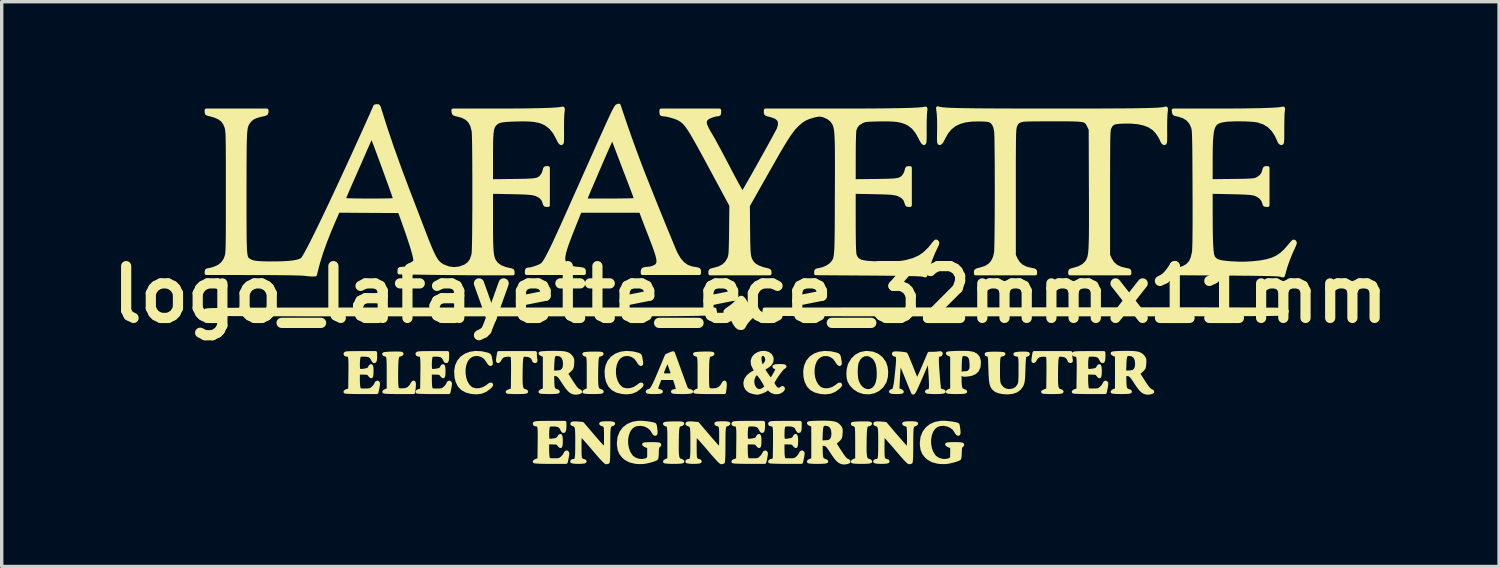
<source format=kicad_pcb>
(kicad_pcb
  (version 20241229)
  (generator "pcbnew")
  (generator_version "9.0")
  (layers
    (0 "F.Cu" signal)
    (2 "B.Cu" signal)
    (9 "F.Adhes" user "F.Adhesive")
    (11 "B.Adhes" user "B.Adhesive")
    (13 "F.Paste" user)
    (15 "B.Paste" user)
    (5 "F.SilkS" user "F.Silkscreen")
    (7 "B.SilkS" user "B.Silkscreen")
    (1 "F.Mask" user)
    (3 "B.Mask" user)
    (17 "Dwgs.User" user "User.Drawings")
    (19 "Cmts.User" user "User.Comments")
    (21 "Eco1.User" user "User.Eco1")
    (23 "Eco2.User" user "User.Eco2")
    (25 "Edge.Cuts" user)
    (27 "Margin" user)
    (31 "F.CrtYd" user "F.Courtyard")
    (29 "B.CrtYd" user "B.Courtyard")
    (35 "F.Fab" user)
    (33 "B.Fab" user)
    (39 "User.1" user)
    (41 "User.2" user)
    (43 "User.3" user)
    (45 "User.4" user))
  (footprint "logo_lafayette_ece_32mmx11mm"
    (layer "F.Cu")
    (at 19.021 5.612)
    (property "Reference" "logo_lafayette_ece_32mmx11mm" (at 0 0 0) (layer "F.SilkS") (effects (font (size 1.524 1.524) (thickness 0.3))))
    (attr through_hole)
    (fp_poly (pts (xy 0.127 0.565) (xy 0.12 0.603) (xy 0.109 0.614) (xy 0.075 0.629) (xy 0.024 0.67) (xy -0.034 0.727) (xy -0.091 0.792) (xy -0.138 0.855) (xy -0.16 0.892) (xy -0.193 0.952) (xy -0.222 0.983) (xy -0.257 0.994) (xy -0.284 0.995) (xy -0.347 0.983) (xy -0.4 0.943) (xy -0.41 0.93) (xy -0.454 0.869) (xy -0.496 0.794) (xy -0.505 0.774) (xy -0.57 0.678) (xy -0.641 0.617) (xy -0.708 0.568) (xy -0.741 0.529) (xy -0.74 0.493) (xy -0.704 0.453) (xy -0.632 0.402) (xy -0.614 0.39) (xy -0.523 0.324) (xy -0.446 0.254) (xy -0.403 0.203) (xy -0.342 0.126) (xy -0.289 0.089) (xy -0.242 0.091) (xy -0.195 0.134) (xy -0.163 0.185) (xy -0.119 0.252) (xy -0.057 0.33) (xy 0.009 0.401) (xy 0.078 0.476) (xy 0.118 0.535) (xy 0.127 0.565)) (stroke (width 0.1) (type solid)) (fill yes) (layer "F.SilkS"))
    (fp_poly (pts (xy -7.617 2.662) (xy -7.64 2.696) (xy -7.685 2.74) (xy -7.798 2.823) (xy -7.92 2.871) (xy -8.058 2.887) (xy -8.196 2.877) (xy -8.349 2.839) (xy -8.47 2.773) (xy -8.561 2.678) (xy -8.623 2.552) (xy -8.653 2.427) (xy -8.663 2.255) (xy -8.637 2.102) (xy -8.578 1.971) (xy -8.49 1.864) (xy -8.375 1.784) (xy -8.237 1.732) (xy -8.077 1.71) (xy -7.9 1.721) (xy -7.743 1.757) (xy -7.689 1.778) (xy -7.663 1.81) (xy -7.651 1.858) (xy -7.639 1.929) (xy -7.628 1.992) (xy -7.627 1.995) (xy -7.626 2.041) (xy -7.643 2.054) (xy -7.672 2.036) (xy -7.708 1.989) (xy -7.729 1.953) (xy -7.798 1.859) (xy -7.892 1.794) (xy -8.002 1.761) (xy -8.117 1.763) (xy -8.207 1.792) (xy -8.294 1.856) (xy -8.359 1.947) (xy -8.403 2.06) (xy -8.426 2.187) (xy -8.427 2.319) (xy -8.408 2.45) (xy -8.369 2.571) (xy -8.309 2.675) (xy -8.229 2.754) (xy -8.182 2.782) (xy -8.078 2.809) (xy -7.961 2.804) (xy -7.844 2.769) (xy -7.737 2.706) (xy -7.704 2.677) (xy -7.657 2.644) (xy -7.624 2.643) (xy -7.617 2.662)) (stroke (width 0.1) (type solid)) (fill yes) (layer "F.SilkS"))
    (fp_poly (pts (xy -4.365 2.858) (xy -4.391 2.869) (xy -4.459 2.875) (xy -4.567 2.878) (xy -4.625 2.879) (xy -4.725 2.877) (xy -4.808 2.874) (xy -4.865 2.869) (xy -4.889 2.863) (xy -4.889 2.862) (xy -4.872 2.844) (xy -4.829 2.823) (xy -4.826 2.822) (xy -4.763 2.798) (xy -4.763 2.312) (xy -4.763 2.15) (xy -4.764 2.026) (xy -4.767 1.934) (xy -4.773 1.869) (xy -4.783 1.826) (xy -4.797 1.8) (xy -4.817 1.785) (xy -4.843 1.777) (xy -4.854 1.775) (xy -4.885 1.761) (xy -4.891 1.75) (xy -4.87 1.743) (xy -4.816 1.737) (xy -4.735 1.732) (xy -4.636 1.729) (xy -4.625 1.729) (xy -4.506 1.729) (xy -4.422 1.732) (xy -4.376 1.739) (xy -4.367 1.746) (xy -4.391 1.766) (xy -4.419 1.774) (xy -4.452 1.782) (xy -4.477 1.798) (xy -4.495 1.828) (xy -4.508 1.878) (xy -4.516 1.951) (xy -4.521 2.055) (xy -4.525 2.194) (xy -4.526 2.242) (xy -4.528 2.411) (xy -4.527 2.543) (xy -4.522 2.643) (xy -4.513 2.715) (xy -4.499 2.765) (xy -4.479 2.797) (xy -4.451 2.816) (xy -4.428 2.825) (xy -4.377 2.844) (xy -4.365 2.858)) (stroke (width 0.1) (type solid)) (fill yes) (layer "F.SilkS"))
    (fp_poly (pts (xy -3.193 2.662) (xy -3.216 2.696) (xy -3.261 2.74) (xy -3.374 2.823) (xy -3.496 2.871) (xy -3.634 2.887) (xy -3.772 2.877) (xy -3.925 2.839) (xy -4.046 2.773) (xy -4.137 2.678) (xy -4.199 2.552) (xy -4.229 2.427) (xy -4.239 2.255) (xy -4.213 2.102) (xy -4.155 1.971) (xy -4.066 1.864) (xy -3.952 1.784) (xy -3.813 1.732) (xy -3.653 1.71) (xy -3.476 1.721) (xy -3.319 1.757) (xy -3.265 1.778) (xy -3.239 1.81) (xy -3.227 1.858) (xy -3.215 1.929) (xy -3.204 1.992) (xy -3.204 1.995) (xy -3.203 2.041) (xy -3.219 2.054) (xy -3.248 2.036) (xy -3.284 1.989) (xy -3.305 1.953) (xy -3.375 1.859) (xy -3.469 1.794) (xy -3.578 1.761) (xy -3.693 1.763) (xy -3.783 1.792) (xy -3.87 1.856) (xy -3.935 1.947) (xy -3.979 2.06) (xy -4.002 2.187) (xy -4.004 2.319) (xy -3.985 2.45) (xy -3.945 2.571) (xy -3.885 2.675) (xy -3.805 2.754) (xy -3.758 2.782) (xy -3.654 2.809) (xy -3.537 2.804) (xy -3.42 2.769) (xy -3.314 2.706) (xy -3.281 2.677) (xy -3.233 2.644) (xy -3.2 2.643) (xy -3.193 2.662)) (stroke (width 0.1) (type solid)) (fill yes) (layer "F.SilkS"))
    (fp_poly (pts (xy -1.994 4.911) (xy -2.021 4.922) (xy -2.088 4.928) (xy -2.196 4.932) (xy -2.254 4.932) (xy -2.354 4.931) (xy -2.437 4.927) (xy -2.495 4.922) (xy -2.519 4.916) (xy -2.519 4.915) (xy -2.501 4.897) (xy -2.458 4.876) (xy -2.455 4.875) (xy -2.392 4.851) (xy -2.392 4.365) (xy -2.392 4.203) (xy -2.393 4.079) (xy -2.397 3.987) (xy -2.403 3.922) (xy -2.412 3.879) (xy -2.427 3.853) (xy -2.446 3.838) (xy -2.472 3.83) (xy -2.483 3.828) (xy -2.514 3.814) (xy -2.52 3.803) (xy -2.5 3.796) (xy -2.445 3.79) (xy -2.364 3.785) (xy -2.265 3.782) (xy -2.254 3.782) (xy -2.135 3.782) (xy -2.051 3.785) (xy -2.005 3.792) (xy -1.997 3.799) (xy -2.021 3.819) (xy -2.048 3.827) (xy -2.081 3.835) (xy -2.106 3.851) (xy -2.124 3.881) (xy -2.137 3.931) (xy -2.145 4.004) (xy -2.151 4.108) (xy -2.154 4.247) (xy -2.155 4.295) (xy -2.157 4.464) (xy -2.156 4.596) (xy -2.152 4.696) (xy -2.143 4.768) (xy -2.128 4.818) (xy -2.108 4.85) (xy -2.081 4.869) (xy -2.058 4.878) (xy -2.006 4.897) (xy -1.994 4.911)) (stroke (width 0.1) (type solid)) (fill yes) (layer "F.SilkS"))
    (fp_poly (pts (xy 2.649 2.662) (xy 2.626 2.696) (xy 2.581 2.74) (xy 2.468 2.823) (xy 2.346 2.871) (xy 2.208 2.887) (xy 2.07 2.877) (xy 1.917 2.839) (xy 1.796 2.773) (xy 1.705 2.678) (xy 1.643 2.552) (xy 1.613 2.427) (xy 1.603 2.255) (xy 1.629 2.102) (xy 1.687 1.971) (xy 1.776 1.864) (xy 1.89 1.784) (xy 2.029 1.732) (xy 2.189 1.71) (xy 2.366 1.721) (xy 2.523 1.757) (xy 2.577 1.778) (xy 2.603 1.81) (xy 2.615 1.858) (xy 2.627 1.929) (xy 2.638 1.992) (xy 2.638 1.995) (xy 2.639 2.041) (xy 2.623 2.054) (xy 2.594 2.036) (xy 2.558 1.989) (xy 2.537 1.953) (xy 2.467 1.859) (xy 2.373 1.794) (xy 2.264 1.761) (xy 2.149 1.763) (xy 2.059 1.792) (xy 1.972 1.856) (xy 1.907 1.947) (xy 1.863 2.06) (xy 1.84 2.187) (xy 1.838 2.319) (xy 1.857 2.45) (xy 1.897 2.571) (xy 1.957 2.675) (xy 2.037 2.754) (xy 2.084 2.782) (xy 2.188 2.809) (xy 2.305 2.804) (xy 2.422 2.769) (xy 2.528 2.706) (xy 2.561 2.677) (xy 2.609 2.644) (xy 2.642 2.643) (xy 2.649 2.662)) (stroke (width 0.1) (type solid)) (fill yes) (layer "F.SilkS"))
    (fp_poly (pts (xy 3.531 4.911) (xy 3.504 4.922) (xy 3.437 4.928) (xy 3.328 4.932) (xy 3.27 4.932) (xy 3.17 4.931) (xy 3.087 4.927) (xy 3.03 4.922) (xy 3.006 4.916) (xy 3.006 4.915) (xy 3.023 4.897) (xy 3.066 4.876) (xy 3.069 4.875) (xy 3.133 4.851) (xy 3.133 4.365) (xy 3.132 4.203) (xy 3.131 4.079) (xy 3.128 3.987) (xy 3.122 3.922) (xy 3.112 3.879) (xy 3.098 3.853) (xy 3.078 3.838) (xy 3.052 3.83) (xy 3.042 3.828) (xy 3.01 3.814) (xy 3.005 3.803) (xy 3.025 3.796) (xy 3.079 3.79) (xy 3.16 3.785) (xy 3.259 3.782) (xy 3.27 3.782) (xy 3.389 3.782) (xy 3.473 3.785) (xy 3.519 3.792) (xy 3.528 3.799) (xy 3.504 3.819) (xy 3.477 3.827) (xy 3.443 3.835) (xy 3.418 3.851) (xy 3.4 3.881) (xy 3.388 3.931) (xy 3.379 4.004) (xy 3.374 4.108) (xy 3.37 4.247) (xy 3.37 4.295) (xy 3.368 4.464) (xy 3.368 4.596) (xy 3.373 4.696) (xy 3.382 4.768) (xy 3.396 4.818) (xy 3.417 4.85) (xy 3.444 4.869) (xy 3.467 4.878) (xy 3.518 4.897) (xy 3.531 4.911)) (stroke (width 0.1) (type solid)) (fill yes) (layer "F.SilkS"))
    (fp_poly (pts (xy 4.004 2.28) (xy 3.994 2.423) (xy 3.959 2.553) (xy 3.951 2.572) (xy 3.87 2.697) (xy 3.768 2.789) (xy 3.768 2.328) (xy 3.758 2.16) (xy 3.73 2.025) (xy 3.68 1.919) (xy 3.631 1.857) (xy 3.541 1.79) (xy 3.446 1.761) (xy 3.352 1.769) (xy 3.265 1.811) (xy 3.192 1.885) (xy 3.139 1.989) (xy 3.131 2.016) (xy 3.114 2.118) (xy 3.107 2.241) (xy 3.11 2.369) (xy 3.124 2.485) (xy 3.141 2.554) (xy 3.194 2.667) (xy 3.266 2.753) (xy 3.351 2.81) (xy 3.442 2.835) (xy 3.534 2.826) (xy 3.62 2.779) (xy 3.628 2.772) (xy 3.693 2.694) (xy 3.737 2.593) (xy 3.762 2.463) (xy 3.768 2.328) (xy 3.768 2.789) (xy 3.763 2.794) (xy 3.634 2.858) (xy 3.489 2.887) (xy 3.335 2.878) (xy 3.33 2.877) (xy 3.189 2.831) (xy 3.064 2.751) (xy 2.964 2.646) (xy 2.905 2.542) (xy 2.88 2.441) (xy 2.873 2.319) (xy 2.885 2.192) (xy 2.914 2.078) (xy 2.926 2.049) (xy 3.009 1.912) (xy 3.115 1.809) (xy 3.242 1.742) (xy 3.39 1.712) (xy 3.441 1.711) (xy 3.598 1.73) (xy 3.735 1.786) (xy 3.849 1.876) (xy 3.938 1.999) (xy 3.946 2.015) (xy 3.988 2.139) (xy 4.004 2.28)) (stroke (width 0.1) (type solid)) (fill yes) (layer "F.SilkS"))
    (fp_poly (pts (xy -9.887 2.655) (xy -9.894 2.75) (xy -9.898 2.78) (xy -9.912 2.879) (xy -10.343 2.879) (xy -10.473 2.878) (xy -10.587 2.876) (xy -10.679 2.872) (xy -10.743 2.868) (xy -10.773 2.863) (xy -10.774 2.862) (xy -10.756 2.844) (xy -10.713 2.823) (xy -10.71 2.822) (xy -10.647 2.798) (xy -10.647 2.312) (xy -10.647 2.15) (xy -10.648 2.026) (xy -10.652 1.934) (xy -10.658 1.869) (xy -10.667 1.826) (xy -10.682 1.8) (xy -10.701 1.785) (xy -10.727 1.777) (xy -10.738 1.775) (xy -10.772 1.761) (xy -10.78 1.751) (xy -10.762 1.744) (xy -10.709 1.738) (xy -10.63 1.732) (xy -10.531 1.729) (xy -10.514 1.728) (xy -10.389 1.727) (xy -10.304 1.73) (xy -10.259 1.737) (xy -10.251 1.745) (xy -10.276 1.766) (xy -10.303 1.774) (xy -10.336 1.782) (xy -10.361 1.798) (xy -10.379 1.828) (xy -10.392 1.878) (xy -10.4 1.951) (xy -10.406 2.055) (xy -10.409 2.194) (xy -10.41 2.242) (xy -10.411 2.373) (xy -10.41 2.495) (xy -10.408 2.6) (xy -10.403 2.679) (xy -10.398 2.72) (xy -10.386 2.77) (xy -10.368 2.795) (xy -10.331 2.806) (xy -10.272 2.811) (xy -10.15 2.804) (xy -10.056 2.767) (xy -9.988 2.699) (xy -9.97 2.669) (xy -9.933 2.605) (xy -9.906 2.582) (xy -9.891 2.599) (xy -9.887 2.655)) (stroke (width 0.1) (type solid)) (fill yes) (layer "F.SilkS"))
    (fp_poly (pts (xy -0.743 2.655) (xy -0.75 2.75) (xy -0.754 2.78) (xy -0.768 2.879) (xy -1.199 2.879) (xy -1.329 2.878) (xy -1.443 2.876) (xy -1.535 2.872) (xy -1.599 2.868) (xy -1.629 2.863) (xy -1.63 2.862) (xy -1.612 2.844) (xy -1.569 2.823) (xy -1.566 2.822) (xy -1.503 2.798) (xy -1.503 2.312) (xy -1.503 2.15) (xy -1.504 2.026) (xy -1.508 1.934) (xy -1.514 1.869) (xy -1.523 1.826) (xy -1.538 1.8) (xy -1.557 1.785) (xy -1.583 1.777) (xy -1.594 1.775) (xy -1.628 1.761) (xy -1.636 1.751) (xy -1.618 1.744) (xy -1.565 1.738) (xy -1.486 1.732) (xy -1.387 1.729) (xy -1.37 1.728) (xy -1.245 1.727) (xy -1.16 1.73) (xy -1.115 1.737) (xy -1.107 1.745) (xy -1.132 1.766) (xy -1.159 1.774) (xy -1.192 1.782) (xy -1.217 1.798) (xy -1.235 1.828) (xy -1.248 1.878) (xy -1.256 1.951) (xy -1.262 2.055) (xy -1.265 2.194) (xy -1.266 2.242) (xy -1.267 2.373) (xy -1.266 2.495) (xy -1.264 2.6) (xy -1.259 2.679) (xy -1.254 2.72) (xy -1.242 2.77) (xy -1.224 2.795) (xy -1.187 2.806) (xy -1.128 2.811) (xy -1.006 2.804) (xy -0.912 2.767) (xy -0.844 2.699) (xy -0.826 2.669) (xy -0.789 2.605) (xy -0.762 2.582) (xy -0.747 2.599) (xy -0.743 2.655)) (stroke (width 0.1) (type solid)) (fill yes) (layer "F.SilkS"))
    (fp_poly (pts (xy -6.314 1.958) (xy -6.337 1.968) (xy -6.367 1.953) (xy -6.371 1.938) (xy -6.384 1.902) (xy -6.416 1.856) (xy -6.42 1.851) (xy -6.467 1.811) (xy -6.529 1.79) (xy -6.574 1.784) (xy -6.628 1.78) (xy -6.669 1.783) (xy -6.698 1.799) (xy -6.719 1.832) (xy -6.732 1.887) (xy -6.74 1.969) (xy -6.745 2.084) (xy -6.748 2.236) (xy -6.748 2.242) (xy -6.75 2.411) (xy -6.749 2.543) (xy -6.745 2.643) (xy -6.736 2.715) (xy -6.721 2.765) (xy -6.701 2.797) (xy -6.673 2.816) (xy -6.651 2.825) (xy -6.6 2.843) (xy -6.587 2.857) (xy -6.612 2.868) (xy -6.676 2.875) (xy -6.781 2.878) (xy -6.872 2.879) (xy -6.976 2.878) (xy -7.061 2.875) (xy -7.12 2.871) (xy -7.146 2.865) (xy -7.146 2.864) (xy -7.117 2.847) (xy -7.067 2.828) (xy -7.063 2.826) (xy -6.996 2.805) (xy -6.99 2.32) (xy -6.989 2.143) (xy -6.99 2.005) (xy -6.993 1.905) (xy -6.999 1.841) (xy -7.007 1.809) (xy -7.008 1.807) (xy -7.048 1.787) (xy -7.112 1.779) (xy -7.187 1.783) (xy -7.256 1.799) (xy -7.279 1.809) (xy -7.331 1.851) (xy -7.366 1.904) (xy -7.391 1.948) (xy -7.416 1.968) (xy -7.417 1.968) (xy -7.43 1.957) (xy -7.432 1.919) (xy -7.422 1.847) (xy -7.421 1.841) (xy -7.4 1.714) (xy -6.865 1.714) (xy -6.329 1.714) (xy -6.329 1.794) (xy -6.325 1.861) (xy -6.316 1.917) (xy -6.315 1.921) (xy -6.314 1.958)) (stroke (width 0.1) (type solid)) (fill yes) (layer "F.SilkS"))
    (fp_poly (pts (xy 9.434 1.958) (xy 9.411 1.968) (xy 9.381 1.953) (xy 9.377 1.938) (xy 9.364 1.902) (xy 9.332 1.856) (xy 9.328 1.851) (xy 9.281 1.811) (xy 9.219 1.79) (xy 9.174 1.784) (xy 9.12 1.78) (xy 9.079 1.783) (xy 9.05 1.799) (xy 9.029 1.832) (xy 9.016 1.887) (xy 9.008 1.969) (xy 9.003 2.084) (xy 9 2.236) (xy 9 2.242) (xy 8.998 2.411) (xy 8.999 2.543) (xy 9.003 2.643) (xy 9.012 2.715) (xy 9.027 2.765) (xy 9.047 2.797) (xy 9.075 2.816) (xy 9.097 2.825) (xy 9.148 2.843) (xy 9.161 2.857) (xy 9.136 2.868) (xy 9.072 2.875) (xy 8.967 2.878) (xy 8.876 2.879) (xy 8.772 2.878) (xy 8.687 2.875) (xy 8.628 2.871) (xy 8.602 2.865) (xy 8.602 2.864) (xy 8.631 2.847) (xy 8.681 2.828) (xy 8.685 2.826) (xy 8.752 2.805) (xy 8.758 2.32) (xy 8.759 2.143) (xy 8.758 2.005) (xy 8.755 1.905) (xy 8.749 1.841) (xy 8.741 1.809) (xy 8.74 1.807) (xy 8.7 1.787) (xy 8.636 1.779) (xy 8.561 1.783) (xy 8.492 1.799) (xy 8.469 1.809) (xy 8.417 1.851) (xy 8.382 1.904) (xy 8.357 1.948) (xy 8.332 1.968) (xy 8.331 1.968) (xy 8.318 1.957) (xy 8.316 1.919) (xy 8.326 1.847) (xy 8.327 1.841) (xy 8.348 1.714) (xy 8.883 1.714) (xy 9.419 1.714) (xy 9.419 1.794) (xy 9.423 1.861) (xy 9.432 1.917) (xy 9.433 1.921) (xy 9.434 1.958)) (stroke (width 0.1) (type solid)) (fill yes) (layer "F.SilkS"))
    (fp_poly (pts (xy 6.731 2.005) (xy 6.717 2.133) (xy 6.674 2.231) (xy 6.599 2.301) (xy 6.492 2.346) (xy 6.387 2.363) (xy 6.311 2.369) (xy 6.267 2.366) (xy 6.244 2.354) (xy 6.238 2.342) (xy 6.236 2.32) (xy 6.26 2.31) (xy 6.316 2.307) (xy 6.317 2.307) (xy 6.384 2.302) (xy 6.428 2.28) (xy 6.456 2.249) (xy 6.48 2.213) (xy 6.493 2.173) (xy 6.497 2.116) (xy 6.495 2.03) (xy 6.495 2.027) (xy 6.484 1.918) (xy 6.46 1.843) (xy 6.418 1.796) (xy 6.354 1.77) (xy 6.315 1.764) (xy 6.269 1.759) (xy 6.234 1.764) (xy 6.208 1.781) (xy 6.19 1.817) (xy 6.178 1.876) (xy 6.171 1.964) (xy 6.166 2.084) (xy 6.164 2.231) (xy 6.162 2.402) (xy 6.162 2.536) (xy 6.167 2.637) (xy 6.175 2.71) (xy 6.189 2.761) (xy 6.209 2.795) (xy 6.235 2.815) (xy 6.261 2.825) (xy 6.312 2.844) (xy 6.325 2.858) (xy 6.298 2.869) (xy 6.231 2.875) (xy 6.122 2.878) (xy 6.064 2.879) (xy 5.964 2.877) (xy 5.881 2.874) (xy 5.824 2.869) (xy 5.8 2.863) (xy 5.8 2.862) (xy 5.817 2.844) (xy 5.86 2.823) (xy 5.863 2.822) (xy 5.927 2.798) (xy 5.927 2.297) (xy 5.927 1.795) (xy 5.863 1.772) (xy 5.819 1.75) (xy 5.8 1.732) (xy 5.8 1.731) (xy 5.819 1.725) (xy 5.873 1.719) (xy 5.953 1.714) (xy 6.049 1.71) (xy 6.155 1.708) (xy 6.261 1.708) (xy 6.359 1.709) (xy 6.412 1.712) (xy 6.541 1.732) (xy 6.635 1.778) (xy 6.698 1.851) (xy 6.728 1.95) (xy 6.731 2.005)) (stroke (width 0.1) (type solid)) (fill yes) (layer "F.SilkS"))
    (fp_poly (pts (xy -2.672 4.426) (xy -2.695 4.45) (xy -2.704 4.457) (xy -2.724 4.481) (xy -2.736 4.525) (xy -2.742 4.596) (xy -2.743 4.642) (xy -2.746 4.721) (xy -2.752 4.785) (xy -2.759 4.821) (xy -2.76 4.823) (xy -2.79 4.842) (xy -2.85 4.866) (xy -2.929 4.89) (xy -3.018 4.913) (xy -3.105 4.93) (xy -3.164 4.937) (xy -3.25 4.939) (xy -3.347 4.934) (xy -3.391 4.929) (xy -3.545 4.89) (xy -3.673 4.819) (xy -3.74 4.759) (xy -3.812 4.665) (xy -3.856 4.558) (xy -3.875 4.428) (xy -3.877 4.365) (xy -3.858 4.202) (xy -3.803 4.061) (xy -3.717 3.943) (xy -3.601 3.853) (xy -3.46 3.792) (xy -3.296 3.765) (xy -3.254 3.764) (xy -3.17 3.766) (xy -3.075 3.775) (xy -2.98 3.787) (xy -2.898 3.801) (xy -2.838 3.817) (xy -2.812 3.829) (xy -2.803 3.855) (xy -2.793 3.911) (xy -2.785 3.974) (xy -2.779 4.048) (xy -2.781 4.089) (xy -2.793 4.105) (xy -2.801 4.106) (xy -2.829 4.089) (xy -2.856 4.046) (xy -2.858 4.043) (xy -2.917 3.951) (xy -3.006 3.88) (xy -3.113 3.832) (xy -3.23 3.812) (xy -3.347 3.823) (xy -3.429 3.852) (xy -3.515 3.919) (xy -3.58 4.014) (xy -3.624 4.131) (xy -3.645 4.261) (xy -3.645 4.397) (xy -3.621 4.531) (xy -3.575 4.654) (xy -3.505 4.76) (xy -3.477 4.789) (xy -3.388 4.848) (xy -3.28 4.882) (xy -3.168 4.889) (xy -3.065 4.866) (xy -3.047 4.857) (xy -3.016 4.839) (xy -2.997 4.818) (xy -2.988 4.784) (xy -2.985 4.726) (xy -2.985 4.655) (xy -2.985 4.485) (xy -3.059 4.454) (xy -3.106 4.431) (xy -3.132 4.411) (xy -3.133 4.408) (xy -3.113 4.401) (xy -3.059 4.396) (xy -2.981 4.393) (xy -2.9 4.392) (xy -2.788 4.394) (xy -2.716 4.399) (xy -2.678 4.409) (xy -2.672 4.426)) (stroke (width 0.1) (type solid)) (fill yes) (layer "F.SilkS"))
    (fp_poly (pts (xy 6.239 4.426) (xy 6.216 4.45) (xy 6.207 4.457) (xy 6.187 4.481) (xy 6.175 4.525) (xy 6.169 4.596) (xy 6.168 4.642) (xy 6.165 4.721) (xy 6.159 4.785) (xy 6.152 4.821) (xy 6.151 4.823) (xy 6.122 4.842) (xy 6.062 4.866) (xy 5.982 4.89) (xy 5.893 4.913) (xy 5.807 4.93) (xy 5.747 4.937) (xy 5.662 4.939) (xy 5.565 4.934) (xy 5.52 4.929) (xy 5.366 4.89) (xy 5.238 4.819) (xy 5.171 4.759) (xy 5.099 4.665) (xy 5.055 4.558) (xy 5.036 4.428) (xy 5.034 4.365) (xy 5.053 4.202) (xy 5.108 4.061) (xy 5.195 3.943) (xy 5.31 3.853) (xy 5.452 3.792) (xy 5.615 3.765) (xy 5.657 3.764) (xy 5.742 3.766) (xy 5.836 3.775) (xy 5.931 3.787) (xy 6.013 3.801) (xy 6.074 3.817) (xy 6.099 3.829) (xy 6.108 3.855) (xy 6.118 3.911) (xy 6.126 3.974) (xy 6.132 4.048) (xy 6.13 4.089) (xy 6.119 4.105) (xy 6.11 4.106) (xy 6.082 4.089) (xy 6.055 4.046) (xy 6.054 4.043) (xy 5.994 3.951) (xy 5.906 3.88) (xy 5.798 3.832) (xy 5.681 3.812) (xy 5.564 3.823) (xy 5.482 3.852) (xy 5.396 3.919) (xy 5.331 4.014) (xy 5.288 4.131) (xy 5.266 4.261) (xy 5.266 4.397) (xy 5.29 4.531) (xy 5.336 4.654) (xy 5.406 4.76) (xy 5.434 4.789) (xy 5.523 4.848) (xy 5.631 4.882) (xy 5.743 4.889) (xy 5.846 4.866) (xy 5.864 4.857) (xy 5.895 4.839) (xy 5.914 4.818) (xy 5.923 4.784) (xy 5.926 4.726) (xy 5.927 4.655) (xy 5.927 4.485) (xy 5.853 4.454) (xy 5.805 4.431) (xy 5.78 4.411) (xy 5.779 4.408) (xy 5.798 4.401) (xy 5.852 4.396) (xy 5.931 4.393) (xy 6.011 4.392) (xy 6.123 4.394) (xy 6.195 4.399) (xy 6.233 4.409) (xy 6.239 4.426)) (stroke (width 0.1) (type solid)) (fill yes) (layer "F.SilkS"))
    (fp_poly (pts (xy 15.788 0.49) (xy 15.774 0.539) (xy 15.757 0.559) (xy 15.751 0.562) (xy 15.74 0.565) (xy 15.721 0.568) (xy 15.693 0.57) (xy 15.656 0.572) (xy 15.607 0.575) (xy 15.547 0.577) (xy 15.472 0.578) (xy 15.383 0.58) (xy 15.277 0.582) (xy 15.154 0.583) (xy 15.012 0.584) (xy 14.85 0.585) (xy 14.667 0.587) (xy 14.462 0.588) (xy 14.232 0.588) (xy 13.978 0.589) (xy 13.697 0.59) (xy 13.389 0.59) (xy 13.052 0.591) (xy 12.684 0.591) (xy 12.285 0.592) (xy 11.854 0.592) (xy 11.388 0.592) (xy 10.887 0.592) (xy 10.35 0.592) (xy 9.775 0.593) (xy 9.161 0.593) (xy 8.507 0.593) (xy 8.099 0.593) (xy 7.406 0.593) (xy 6.754 0.593) (xy 6.142 0.592) (xy 5.569 0.592) (xy 5.033 0.592) (xy 4.534 0.592) (xy 4.071 0.591) (xy 3.641 0.591) (xy 3.245 0.59) (xy 2.881 0.59) (xy 2.547 0.589) (xy 2.243 0.588) (xy 1.967 0.587) (xy 1.719 0.586) (xy 1.496 0.585) (xy 1.299 0.584) (xy 1.125 0.583) (xy 0.973 0.581) (xy 0.844 0.58) (xy 0.734 0.578) (xy 0.644 0.577) (xy 0.571 0.575) (xy 0.515 0.573) (xy 0.475 0.57) (xy 0.449 0.568) (xy 0.437 0.566) (xy 0.436 0.565) (xy 0.407 0.52) (xy 0.405 0.486) (xy 0.413 0.434) (xy 8.073 0.429) (xy 8.799 0.428) (xy 9.484 0.428) (xy 10.128 0.428) (xy 10.733 0.427) (xy 11.298 0.427) (xy 11.825 0.427) (xy 12.315 0.428) (xy 12.769 0.428) (xy 13.186 0.428) (xy 13.569 0.429) (xy 13.918 0.43) (xy 14.234 0.43) (xy 14.518 0.431) (xy 14.77 0.432) (xy 14.992 0.433) (xy 15.183 0.435) (xy 15.346 0.436) (xy 15.481 0.438) (xy 15.588 0.44) (xy 15.669 0.441) (xy 15.724 0.443) (xy 15.755 0.446) (xy 15.762 0.447) (xy 15.788 0.49)) (stroke (width 0.1) (type solid)) (fill yes) (layer "F.SilkS"))
    (fp_poly (pts (xy -1.734 2.855) (xy -1.76 2.866) (xy -1.823 2.873) (xy -1.919 2.878) (xy -2.011 2.879) (xy -2.129 2.877) (xy -2.216 2.873) (xy -2.27 2.866) (xy -2.286 2.857) (xy -2.268 2.841) (xy -2.238 2.836) (xy -2.185 2.831) (xy -2.154 2.814) (xy -2.146 2.776) (xy -2.158 2.712) (xy -2.182 2.631) (xy -2.236 2.466) (xy -2.286 2.466) (xy -2.286 2.353) (xy -2.293 2.323) (xy -2.311 2.264) (xy -2.336 2.189) (xy -2.364 2.108) (xy -2.391 2.033) (xy -2.415 1.975) (xy -2.429 1.944) (xy -2.431 1.942) (xy -2.444 1.954) (xy -2.467 1.996) (xy -2.498 2.059) (xy -2.53 2.133) (xy -2.561 2.209) (xy -2.586 2.276) (xy -2.601 2.327) (xy -2.603 2.345) (xy -2.587 2.359) (xy -2.537 2.368) (xy -2.448 2.371) (xy -2.445 2.371) (xy -2.369 2.369) (xy -2.313 2.363) (xy -2.287 2.355) (xy -2.286 2.353) (xy -2.286 2.466) (xy -2.446 2.466) (xy -2.655 2.466) (xy -2.716 2.624) (xy -2.745 2.703) (xy -2.76 2.752) (xy -2.762 2.781) (xy -2.751 2.799) (xy -2.739 2.809) (xy -2.691 2.832) (xy -2.663 2.836) (xy -2.631 2.846) (xy -2.625 2.857) (xy -2.645 2.867) (xy -2.701 2.875) (xy -2.786 2.878) (xy -2.826 2.879) (xy -2.921 2.877) (xy -2.989 2.871) (xy -3.024 2.862) (xy -3.027 2.857) (xy -3.01 2.838) (xy -2.998 2.836) (xy -2.967 2.831) (xy -2.936 2.811) (xy -2.903 2.773) (xy -2.865 2.714) (xy -2.821 2.628) (xy -2.768 2.513) (xy -2.704 2.364) (xy -2.667 2.277) (xy -2.466 1.797) (xy -2.373 1.755) (xy -2.317 1.733) (xy -2.28 1.721) (xy -2.272 1.721) (xy -2.263 1.742) (xy -2.242 1.798) (xy -2.211 1.882) (xy -2.172 1.991) (xy -2.126 2.117) (xy -2.085 2.231) (xy -2.035 2.37) (xy -1.988 2.498) (xy -1.947 2.609) (xy -1.915 2.696) (xy -1.892 2.754) (xy -1.883 2.775) (xy -1.847 2.809) (xy -1.798 2.829) (xy -1.746 2.843) (xy -1.734 2.855)) (stroke (width 0.1) (type solid)) (fill yes) (layer "F.SilkS"))
    (fp_poly (pts (xy -5.001 2.865) (xy -5.037 2.881) (xy -5.061 2.887) (xy -5.125 2.897) (xy -5.173 2.894) (xy -5.222 2.882) (xy -5.276 2.856) (xy -5.332 2.808) (xy -5.395 2.733) (xy -5.461 2.638) (xy -5.461 2.032) (xy -5.475 1.916) (xy -5.517 1.83) (xy -5.585 1.777) (xy -5.68 1.757) (xy -5.69 1.757) (xy -5.737 1.762) (xy -5.771 1.783) (xy -5.793 1.825) (xy -5.807 1.894) (xy -5.815 1.997) (xy -5.818 2.056) (xy -5.826 2.286) (xy -5.718 2.286) (xy -5.644 2.281) (xy -5.58 2.27) (xy -5.56 2.262) (xy -5.504 2.217) (xy -5.471 2.141) (xy -5.461 2.032) (xy -5.461 2.638) (xy -5.47 2.625) (xy -5.494 2.588) (xy -5.558 2.491) (xy -5.606 2.424) (xy -5.646 2.382) (xy -5.682 2.359) (xy -5.721 2.351) (xy -5.751 2.349) (xy -5.821 2.349) (xy -5.818 2.514) (xy -5.815 2.631) (xy -5.807 2.713) (xy -5.793 2.767) (xy -5.77 2.8) (xy -5.737 2.819) (xy -5.72 2.825) (xy -5.669 2.844) (xy -5.656 2.858) (xy -5.682 2.869) (xy -5.749 2.875) (xy -5.858 2.878) (xy -5.916 2.879) (xy -6.016 2.877) (xy -6.099 2.874) (xy -6.156 2.869) (xy -6.18 2.863) (xy -6.181 2.862) (xy -6.163 2.844) (xy -6.12 2.823) (xy -6.117 2.822) (xy -6.054 2.798) (xy -6.054 2.297) (xy -6.054 1.795) (xy -6.117 1.772) (xy -6.161 1.75) (xy -6.181 1.732) (xy -6.181 1.731) (xy -6.161 1.724) (xy -6.107 1.718) (xy -6.027 1.713) (xy -5.932 1.71) (xy -5.76 1.708) (xy -5.625 1.71) (xy -5.52 1.716) (xy -5.44 1.729) (xy -5.379 1.748) (xy -5.332 1.775) (xy -5.293 1.811) (xy -5.28 1.826) (xy -5.249 1.867) (xy -5.233 1.907) (xy -5.229 1.961) (xy -5.232 2.029) (xy -5.239 2.106) (xy -5.252 2.156) (xy -5.278 2.195) (xy -5.324 2.239) (xy -5.329 2.244) (xy -5.418 2.323) (xy -5.267 2.561) (xy -5.193 2.673) (xy -5.136 2.751) (xy -5.091 2.8) (xy -5.055 2.823) (xy -5.007 2.846) (xy -5.001 2.865)) (stroke (width 0.1) (type solid)) (fill yes) (layer "F.SilkS"))
    (fp_poly (pts (xy 2.894 4.918) (xy 2.858 4.934) (xy 2.834 4.94) (xy 2.771 4.95) (xy 2.722 4.947) (xy 2.674 4.935) (xy 2.62 4.909) (xy 2.563 4.861) (xy 2.5 4.786) (xy 2.434 4.691) (xy 2.434 4.085) (xy 2.42 3.969) (xy 2.378 3.884) (xy 2.31 3.83) (xy 2.215 3.81) (xy 2.205 3.81) (xy 2.158 3.816) (xy 2.124 3.836) (xy 2.102 3.878) (xy 2.088 3.947) (xy 2.08 4.05) (xy 2.078 4.109) (xy 2.07 4.339) (xy 2.177 4.339) (xy 2.251 4.335) (xy 2.315 4.323) (xy 2.336 4.316) (xy 2.391 4.27) (xy 2.424 4.195) (xy 2.434 4.085) (xy 2.434 4.691) (xy 2.425 4.678) (xy 2.401 4.641) (xy 2.337 4.544) (xy 2.289 4.477) (xy 2.25 4.435) (xy 2.213 4.413) (xy 2.174 4.404) (xy 2.144 4.403) (xy 2.074 4.403) (xy 2.077 4.567) (xy 2.08 4.684) (xy 2.088 4.766) (xy 2.102 4.82) (xy 2.125 4.853) (xy 2.159 4.873) (xy 2.175 4.878) (xy 2.227 4.897) (xy 2.239 4.911) (xy 2.213 4.922) (xy 2.146 4.928) (xy 2.037 4.932) (xy 1.979 4.932) (xy 1.879 4.931) (xy 1.796 4.927) (xy 1.739 4.922) (xy 1.715 4.916) (xy 1.714 4.915) (xy 1.732 4.897) (xy 1.775 4.876) (xy 1.778 4.875) (xy 1.841 4.851) (xy 1.841 4.35) (xy 1.841 3.849) (xy 1.778 3.825) (xy 1.734 3.804) (xy 1.715 3.785) (xy 1.714 3.784) (xy 1.734 3.777) (xy 1.788 3.771) (xy 1.868 3.766) (xy 1.963 3.763) (xy 2.135 3.761) (xy 2.271 3.763) (xy 2.375 3.77) (xy 2.455 3.782) (xy 2.516 3.801) (xy 2.563 3.828) (xy 2.602 3.864) (xy 2.616 3.879) (xy 2.646 3.92) (xy 2.662 3.96) (xy 2.666 4.014) (xy 2.663 4.082) (xy 2.656 4.159) (xy 2.643 4.209) (xy 2.617 4.248) (xy 2.571 4.293) (xy 2.566 4.297) (xy 2.477 4.376) (xy 2.629 4.615) (xy 2.702 4.726) (xy 2.759 4.804) (xy 2.804 4.853) (xy 2.84 4.876) (xy 2.888 4.899) (xy 2.894 4.918)) (stroke (width 0.1) (type solid)) (fill yes) (layer "F.SilkS"))
    (fp_poly (pts (xy 11.826 2.865) (xy 11.79 2.881) (xy 11.766 2.887) (xy 11.703 2.897) (xy 11.655 2.894) (xy 11.606 2.882) (xy 11.552 2.856) (xy 11.496 2.808) (xy 11.432 2.733) (xy 11.367 2.638) (xy 11.367 2.032) (xy 11.352 1.916) (xy 11.311 1.83) (xy 11.242 1.777) (xy 11.148 1.757) (xy 11.137 1.757) (xy 11.09 1.762) (xy 11.057 1.783) (xy 11.034 1.825) (xy 11.02 1.894) (xy 11.012 1.997) (xy 11.01 2.056) (xy 11.002 2.286) (xy 11.109 2.286) (xy 11.183 2.281) (xy 11.247 2.27) (xy 11.268 2.262) (xy 11.324 2.217) (xy 11.356 2.141) (xy 11.367 2.032) (xy 11.367 2.638) (xy 11.357 2.625) (xy 11.333 2.588) (xy 11.27 2.491) (xy 11.221 2.424) (xy 11.182 2.382) (xy 11.146 2.359) (xy 11.106 2.351) (xy 11.077 2.349) (xy 11.007 2.349) (xy 11.009 2.514) (xy 11.013 2.631) (xy 11.02 2.713) (xy 11.034 2.767) (xy 11.057 2.8) (xy 11.091 2.819) (xy 11.107 2.825) (xy 11.159 2.844) (xy 11.172 2.858) (xy 11.145 2.869) (xy 11.078 2.875) (xy 10.97 2.878) (xy 10.911 2.879) (xy 10.811 2.877) (xy 10.728 2.874) (xy 10.671 2.869) (xy 10.647 2.863) (xy 10.647 2.862) (xy 10.664 2.844) (xy 10.707 2.823) (xy 10.71 2.822) (xy 10.774 2.798) (xy 10.774 2.297) (xy 10.774 1.795) (xy 10.71 1.772) (xy 10.667 1.75) (xy 10.647 1.732) (xy 10.647 1.731) (xy 10.667 1.724) (xy 10.72 1.718) (xy 10.8 1.713) (xy 10.896 1.71) (xy 11.067 1.708) (xy 11.203 1.71) (xy 11.308 1.716) (xy 11.387 1.729) (xy 11.448 1.748) (xy 11.495 1.775) (xy 11.535 1.811) (xy 11.548 1.826) (xy 11.578 1.867) (xy 11.594 1.907) (xy 11.598 1.961) (xy 11.595 2.029) (xy 11.588 2.106) (xy 11.576 2.156) (xy 11.55 2.195) (xy 11.504 2.239) (xy 11.498 2.244) (xy 11.41 2.323) (xy 11.561 2.561) (xy 11.634 2.673) (xy 11.692 2.751) (xy 11.737 2.8) (xy 11.772 2.823) (xy 11.82 2.846) (xy 11.826 2.865)) (stroke (width 0.1) (type solid)) (fill yes) (layer "F.SilkS"))
    (fp_poly (pts (xy 8.17 1.752) (xy 8.153 1.773) (xy 8.129 1.778) (xy 8.085 1.795) (xy 8.067 1.815) (xy 8.06 1.848) (xy 8.054 1.915) (xy 8.047 2.009) (xy 8.042 2.122) (xy 8.04 2.212) (xy 8.035 2.361) (xy 8.028 2.474) (xy 8.017 2.561) (xy 8 2.628) (xy 7.975 2.682) (xy 7.94 2.732) (xy 7.9 2.778) (xy 7.82 2.835) (xy 7.71 2.873) (xy 7.58 2.889) (xy 7.437 2.881) (xy 7.419 2.879) (xy 7.311 2.857) (xy 7.234 2.827) (xy 7.176 2.785) (xy 7.161 2.77) (xy 7.129 2.731) (xy 7.104 2.687) (xy 7.086 2.633) (xy 7.073 2.562) (xy 7.063 2.467) (xy 7.056 2.342) (xy 7.05 2.192) (xy 7.046 2.052) (xy 7.042 1.949) (xy 7.037 1.877) (xy 7.031 1.83) (xy 7.023 1.802) (xy 7.012 1.788) (xy 6.998 1.781) (xy 6.989 1.779) (xy 6.945 1.764) (xy 6.941 1.752) (xy 6.975 1.742) (xy 7.045 1.735) (xy 7.148 1.732) (xy 7.197 1.731) (xy 7.295 1.733) (xy 7.375 1.737) (xy 7.43 1.742) (xy 7.451 1.749) (xy 7.451 1.749) (xy 7.434 1.765) (xy 7.4 1.774) (xy 7.363 1.781) (xy 7.336 1.797) (xy 7.317 1.826) (xy 7.304 1.874) (xy 7.297 1.947) (xy 7.293 2.05) (xy 7.292 2.188) (xy 7.292 2.221) (xy 7.292 2.357) (xy 7.294 2.458) (xy 7.298 2.531) (xy 7.304 2.583) (xy 7.314 2.621) (xy 7.327 2.652) (xy 7.335 2.667) (xy 7.41 2.761) (xy 7.501 2.815) (xy 7.61 2.832) (xy 7.637 2.831) (xy 7.751 2.807) (xy 7.837 2.753) (xy 7.9 2.666) (xy 7.9 2.665) (xy 7.914 2.633) (xy 7.924 2.591) (xy 7.931 2.535) (xy 7.935 2.456) (xy 7.937 2.349) (xy 7.937 2.209) (xy 7.937 2.066) (xy 7.935 1.96) (xy 7.93 1.884) (xy 7.92 1.834) (xy 7.905 1.803) (xy 7.883 1.786) (xy 7.853 1.777) (xy 7.836 1.775) (xy 7.792 1.764) (xy 7.786 1.753) (xy 7.815 1.743) (xy 7.874 1.735) (xy 7.96 1.73) (xy 7.98 1.729) (xy 8.077 1.729) (xy 8.137 1.733) (xy 8.166 1.743) (xy 8.17 1.752)) (stroke (width 0.1) (type solid)) (fill yes) (layer "F.SilkS"))
    (fp_poly (pts (xy -10.943 2.624) (xy -10.948 2.668) (xy -10.959 2.734) (xy -10.966 2.772) (xy -10.989 2.879) (xy -11.453 2.879) (xy -11.588 2.878) (xy -11.707 2.876) (xy -11.806 2.873) (xy -11.876 2.869) (xy -11.913 2.864) (xy -11.917 2.862) (xy -11.899 2.845) (xy -11.855 2.827) (xy -11.848 2.825) (xy -11.779 2.805) (xy -11.774 2.32) (xy -11.772 2.155) (xy -11.772 2.027) (xy -11.775 1.932) (xy -11.781 1.864) (xy -11.792 1.82) (xy -11.807 1.794) (xy -11.829 1.782) (xy -11.857 1.778) (xy -11.867 1.778) (xy -11.907 1.766) (xy -11.917 1.746) (xy -11.912 1.736) (xy -11.893 1.727) (xy -11.856 1.722) (xy -11.795 1.718) (xy -11.706 1.716) (xy -11.583 1.715) (xy -11.472 1.714) (xy -11.028 1.714) (xy -11.028 1.841) (xy -11.033 1.921) (xy -11.049 1.964) (xy -11.071 1.968) (xy -11.099 1.933) (xy -11.113 1.904) (xy -11.15 1.84) (xy -11.204 1.801) (xy -11.282 1.782) (xy -11.361 1.778) (xy -11.435 1.779) (xy -11.477 1.786) (xy -11.501 1.803) (xy -11.515 1.832) (xy -11.525 1.879) (xy -11.532 1.954) (xy -11.536 2.041) (xy -11.536 2.055) (xy -11.534 2.148) (xy -11.524 2.206) (xy -11.498 2.235) (xy -11.45 2.242) (xy -11.372 2.233) (xy -11.351 2.23) (xy -11.278 2.216) (xy -11.235 2.198) (xy -11.209 2.169) (xy -11.202 2.154) (xy -11.174 2.107) (xy -11.153 2.101) (xy -11.14 2.136) (xy -11.134 2.212) (xy -11.134 2.254) (xy -11.136 2.33) (xy -11.142 2.386) (xy -11.151 2.412) (xy -11.152 2.413) (xy -11.176 2.397) (xy -11.206 2.36) (xy -11.228 2.332) (xy -11.257 2.316) (xy -11.304 2.309) (xy -11.38 2.307) (xy -11.388 2.307) (xy -11.536 2.307) (xy -11.536 2.507) (xy -11.534 2.601) (xy -11.528 2.685) (xy -11.52 2.745) (xy -11.515 2.761) (xy -11.502 2.789) (xy -11.482 2.805) (xy -11.445 2.813) (xy -11.38 2.815) (xy -11.336 2.815) (xy -11.252 2.814) (xy -11.197 2.807) (xy -11.156 2.791) (xy -11.116 2.761) (xy -11.102 2.749) (xy -11.054 2.699) (xy -11.021 2.649) (xy -11.015 2.633) (xy -10.994 2.594) (xy -10.967 2.584) (xy -10.946 2.602) (xy -10.943 2.624)) (stroke (width 0.1) (type solid)) (fill yes) (layer "F.SilkS"))
    (fp_poly (pts (xy -8.826 2.624) (xy -8.831 2.668) (xy -8.842 2.734) (xy -8.849 2.772) (xy -8.872 2.879) (xy -9.336 2.879) (xy -9.471 2.878) (xy -9.591 2.876) (xy -9.689 2.873) (xy -9.759 2.869) (xy -9.796 2.864) (xy -9.8 2.862) (xy -9.782 2.845) (xy -9.738 2.827) (xy -9.731 2.825) (xy -9.663 2.805) (xy -9.657 2.32) (xy -9.655 2.155) (xy -9.656 2.027) (xy -9.658 1.932) (xy -9.665 1.864) (xy -9.675 1.82) (xy -9.69 1.794) (xy -9.712 1.782) (xy -9.74 1.778) (xy -9.75 1.778) (xy -9.79 1.766) (xy -9.8 1.746) (xy -9.795 1.736) (xy -9.777 1.727) (xy -9.739 1.722) (xy -9.679 1.718) (xy -9.589 1.716) (xy -9.466 1.715) (xy -9.356 1.714) (xy -8.911 1.714) (xy -8.911 1.841) (xy -8.917 1.921) (xy -8.932 1.964) (xy -8.955 1.968) (xy -8.983 1.933) (xy -8.996 1.904) (xy -9.034 1.84) (xy -9.087 1.801) (xy -9.166 1.782) (xy -9.244 1.778) (xy -9.318 1.779) (xy -9.361 1.786) (xy -9.384 1.803) (xy -9.399 1.832) (xy -9.408 1.879) (xy -9.416 1.954) (xy -9.419 2.041) (xy -9.419 2.055) (xy -9.417 2.148) (xy -9.407 2.206) (xy -9.382 2.235) (xy -9.333 2.242) (xy -9.255 2.233) (xy -9.234 2.23) (xy -9.161 2.216) (xy -9.119 2.198) (xy -9.093 2.169) (xy -9.085 2.154) (xy -9.057 2.107) (xy -9.037 2.101) (xy -9.024 2.136) (xy -9.018 2.212) (xy -9.017 2.254) (xy -9.019 2.33) (xy -9.025 2.386) (xy -9.034 2.412) (xy -9.036 2.413) (xy -9.06 2.397) (xy -9.089 2.36) (xy -9.112 2.332) (xy -9.14 2.316) (xy -9.187 2.309) (xy -9.264 2.307) (xy -9.271 2.307) (xy -9.419 2.307) (xy -9.419 2.507) (xy -9.417 2.601) (xy -9.411 2.685) (xy -9.403 2.745) (xy -9.399 2.761) (xy -9.385 2.789) (xy -9.365 2.805) (xy -9.328 2.813) (xy -9.263 2.815) (xy -9.219 2.815) (xy -9.136 2.814) (xy -9.08 2.807) (xy -9.04 2.791) (xy -9 2.761) (xy -8.986 2.749) (xy -8.937 2.699) (xy -8.904 2.649) (xy -8.898 2.633) (xy -8.877 2.594) (xy -8.85 2.584) (xy -8.83 2.602) (xy -8.826 2.624)) (stroke (width 0.1) (type solid)) (fill yes) (layer "F.SilkS"))
    (fp_poly (pts (xy -5.376 4.677) (xy -5.381 4.721) (xy -5.392 4.787) (xy -5.399 4.825) (xy -5.422 4.932) (xy -5.886 4.932) (xy -6.021 4.931) (xy -6.141 4.929) (xy -6.239 4.926) (xy -6.309 4.922) (xy -6.346 4.917) (xy -6.35 4.915) (xy -6.332 4.898) (xy -6.288 4.88) (xy -6.281 4.878) (xy -6.212 4.858) (xy -6.207 4.374) (xy -6.205 4.208) (xy -6.205 4.08) (xy -6.208 3.985) (xy -6.214 3.918) (xy -6.225 3.873) (xy -6.24 3.847) (xy -6.262 3.835) (xy -6.29 3.831) (xy -6.3 3.831) (xy -6.34 3.82) (xy -6.35 3.799) (xy -6.345 3.789) (xy -6.326 3.781) (xy -6.289 3.775) (xy -6.228 3.771) (xy -6.139 3.769) (xy -6.016 3.768) (xy -5.905 3.768) (xy -5.461 3.768) (xy -5.461 3.895) (xy -5.467 3.974) (xy -5.482 4.017) (xy -5.505 4.022) (xy -5.533 3.986) (xy -5.546 3.957) (xy -5.583 3.893) (xy -5.637 3.854) (xy -5.716 3.835) (xy -5.794 3.831) (xy -5.868 3.833) (xy -5.911 3.839) (xy -5.934 3.856) (xy -5.948 3.885) (xy -5.958 3.932) (xy -5.966 4.007) (xy -5.969 4.094) (xy -5.969 4.108) (xy -5.967 4.202) (xy -5.957 4.259) (xy -5.931 4.288) (xy -5.883 4.295) (xy -5.805 4.286) (xy -5.784 4.283) (xy -5.711 4.269) (xy -5.668 4.251) (xy -5.643 4.222) (xy -5.635 4.207) (xy -5.607 4.16) (xy -5.586 4.154) (xy -5.573 4.189) (xy -5.567 4.265) (xy -5.567 4.307) (xy -5.569 4.383) (xy -5.575 4.439) (xy -5.584 4.465) (xy -5.586 4.466) (xy -5.609 4.45) (xy -5.639 4.413) (xy -5.661 4.385) (xy -5.69 4.369) (xy -5.737 4.362) (xy -5.813 4.36) (xy -5.821 4.36) (xy -5.969 4.36) (xy -5.969 4.56) (xy -5.967 4.654) (xy -5.961 4.738) (xy -5.953 4.798) (xy -5.948 4.814) (xy -5.935 4.842) (xy -5.915 4.858) (xy -5.878 4.866) (xy -5.813 4.868) (xy -5.769 4.868) (xy -5.685 4.867) (xy -5.63 4.86) (xy -5.589 4.844) (xy -5.55 4.815) (xy -5.536 4.802) (xy -5.487 4.752) (xy -5.454 4.702) (xy -5.448 4.686) (xy -5.427 4.648) (xy -5.4 4.637) (xy -5.38 4.655) (xy -5.376 4.677)) (stroke (width 0.1) (type solid)) (fill yes) (layer "F.SilkS"))
    (fp_poly (pts (xy 0.466 4.677) (xy 0.461 4.721) (xy 0.45 4.787) (xy 0.443 4.825) (xy 0.42 4.932) (xy -0.044 4.932) (xy -0.179 4.931) (xy -0.299 4.929) (xy -0.397 4.926) (xy -0.467 4.922) (xy -0.504 4.917) (xy -0.508 4.915) (xy -0.49 4.898) (xy -0.446 4.88) (xy -0.439 4.878) (xy -0.37 4.858) (xy -0.365 4.374) (xy -0.363 4.208) (xy -0.363 4.08) (xy -0.366 3.985) (xy -0.372 3.918) (xy -0.383 3.873) (xy -0.398 3.847) (xy -0.42 3.835) (xy -0.448 3.831) (xy -0.458 3.831) (xy -0.498 3.82) (xy -0.508 3.799) (xy -0.503 3.789) (xy -0.484 3.781) (xy -0.447 3.775) (xy -0.386 3.771) (xy -0.297 3.769) (xy -0.174 3.768) (xy -0.064 3.768) (xy 0.381 3.768) (xy 0.381 3.895) (xy 0.375 3.974) (xy 0.36 4.017) (xy 0.337 4.022) (xy 0.309 3.986) (xy 0.296 3.957) (xy 0.259 3.893) (xy 0.205 3.854) (xy 0.126 3.835) (xy 0.048 3.831) (xy -0.026 3.833) (xy -0.069 3.839) (xy -0.092 3.856) (xy -0.106 3.885) (xy -0.116 3.932) (xy -0.124 4.007) (xy -0.127 4.094) (xy -0.127 4.108) (xy -0.125 4.202) (xy -0.115 4.259) (xy -0.089 4.288) (xy -0.041 4.295) (xy 0.037 4.286) (xy 0.058 4.283) (xy 0.131 4.269) (xy 0.174 4.251) (xy 0.199 4.222) (xy 0.207 4.207) (xy 0.235 4.16) (xy 0.256 4.154) (xy 0.269 4.189) (xy 0.275 4.265) (xy 0.275 4.307) (xy 0.273 4.383) (xy 0.267 4.439) (xy 0.258 4.465) (xy 0.256 4.466) (xy 0.233 4.45) (xy 0.203 4.413) (xy 0.181 4.385) (xy 0.152 4.369) (xy 0.105 4.362) (xy 0.029 4.36) (xy 0.021 4.36) (xy -0.127 4.36) (xy -0.127 4.56) (xy -0.125 4.654) (xy -0.119 4.738) (xy -0.111 4.798) (xy -0.106 4.814) (xy -0.093 4.842) (xy -0.073 4.858) (xy -0.036 4.866) (xy 0.029 4.868) (xy 0.073 4.868) (xy 0.157 4.867) (xy 0.212 4.86) (xy 0.253 4.844) (xy 0.292 4.815) (xy 0.306 4.802) (xy 0.355 4.752) (xy 0.388 4.702) (xy 0.394 4.686) (xy 0.415 4.648) (xy 0.442 4.637) (xy 0.462 4.655) (xy 0.466 4.677)) (stroke (width 0.1) (type solid)) (fill yes) (layer "F.SilkS"))
    (fp_poly (pts (xy 1.545 4.677) (xy 1.541 4.721) (xy 1.53 4.787) (xy 1.522 4.825) (xy 1.499 4.932) (xy 1.035 4.932) (xy 0.9 4.931) (xy 0.781 4.929) (xy 0.683 4.926) (xy 0.612 4.922) (xy 0.576 4.917) (xy 0.572 4.915) (xy 0.59 4.898) (xy 0.634 4.88) (xy 0.64 4.878) (xy 0.709 4.858) (xy 0.715 4.374) (xy 0.716 4.208) (xy 0.716 4.08) (xy 0.713 3.985) (xy 0.707 3.918) (xy 0.697 3.873) (xy 0.681 3.847) (xy 0.66 3.835) (xy 0.632 3.831) (xy 0.622 3.831) (xy 0.581 3.82) (xy 0.572 3.799) (xy 0.577 3.789) (xy 0.595 3.781) (xy 0.632 3.775) (xy 0.693 3.771) (xy 0.782 3.769) (xy 0.906 3.768) (xy 1.016 3.768) (xy 1.46 3.768) (xy 1.46 3.895) (xy 1.455 3.974) (xy 1.44 4.017) (xy 1.417 4.022) (xy 1.389 3.986) (xy 1.375 3.957) (xy 1.338 3.893) (xy 1.285 3.854) (xy 1.206 3.835) (xy 1.127 3.831) (xy 1.054 3.833) (xy 1.011 3.839) (xy 0.988 3.856) (xy 0.973 3.885) (xy 0.963 3.932) (xy 0.956 4.007) (xy 0.953 4.094) (xy 0.953 4.108) (xy 0.954 4.202) (xy 0.964 4.259) (xy 0.99 4.288) (xy 1.038 4.295) (xy 1.116 4.286) (xy 1.138 4.283) (xy 1.21 4.269) (xy 1.253 4.251) (xy 1.279 4.222) (xy 1.287 4.207) (xy 1.315 4.16) (xy 1.335 4.154) (xy 1.348 4.189) (xy 1.354 4.265) (xy 1.355 4.307) (xy 1.352 4.383) (xy 1.346 4.439) (xy 1.338 4.465) (xy 1.336 4.466) (xy 1.312 4.45) (xy 1.283 4.413) (xy 1.26 4.385) (xy 1.231 4.369) (xy 1.185 4.362) (xy 1.108 4.36) (xy 1.1 4.36) (xy 0.953 4.36) (xy 0.953 4.56) (xy 0.955 4.654) (xy 0.96 4.738) (xy 0.969 4.798) (xy 0.973 4.814) (xy 0.986 4.842) (xy 1.007 4.858) (xy 1.044 4.866) (xy 1.108 4.868) (xy 1.152 4.868) (xy 1.236 4.867) (xy 1.291 4.86) (xy 1.332 4.844) (xy 1.372 4.815) (xy 1.386 4.802) (xy 1.434 4.752) (xy 1.467 4.702) (xy 1.474 4.686) (xy 1.494 4.648) (xy 1.522 4.637) (xy 1.542 4.655) (xy 1.545 4.677)) (stroke (width 0.1) (type solid)) (fill yes) (layer "F.SilkS"))
    (fp_poly (pts (xy 10.477 2.624) (xy 10.473 2.668) (xy 10.462 2.734) (xy 10.455 2.772) (xy 10.432 2.879) (xy 9.968 2.879) (xy 9.833 2.878) (xy 9.713 2.876) (xy 9.615 2.873) (xy 9.545 2.869) (xy 9.508 2.864) (xy 9.504 2.862) (xy 9.522 2.845) (xy 9.566 2.827) (xy 9.573 2.825) (xy 9.641 2.805) (xy 9.647 2.32) (xy 9.649 2.155) (xy 9.648 2.027) (xy 9.646 1.932) (xy 9.639 1.864) (xy 9.629 1.82) (xy 9.614 1.794) (xy 9.592 1.782) (xy 9.564 1.778) (xy 9.554 1.778) (xy 9.514 1.766) (xy 9.504 1.746) (xy 9.509 1.736) (xy 9.527 1.727) (xy 9.565 1.722) (xy 9.625 1.718) (xy 9.715 1.716) (xy 9.838 1.715) (xy 9.948 1.714) (xy 10.393 1.714) (xy 10.393 1.841) (xy 10.387 1.921) (xy 10.372 1.964) (xy 10.349 1.968) (xy 10.321 1.933) (xy 10.308 1.904) (xy 10.27 1.84) (xy 10.217 1.801) (xy 10.138 1.782) (xy 10.06 1.778) (xy 9.986 1.779) (xy 9.943 1.786) (xy 9.92 1.803) (xy 9.905 1.832) (xy 9.896 1.879) (xy 9.888 1.954) (xy 9.885 2.041) (xy 9.885 2.055) (xy 9.887 2.148) (xy 9.897 2.206) (xy 9.922 2.235) (xy 9.971 2.242) (xy 10.049 2.233) (xy 10.07 2.23) (xy 10.143 2.216) (xy 10.185 2.198) (xy 10.211 2.169) (xy 10.219 2.154) (xy 10.247 2.107) (xy 10.267 2.101) (xy 10.28 2.136) (xy 10.286 2.212) (xy 10.287 2.254) (xy 10.285 2.33) (xy 10.279 2.386) (xy 10.27 2.412) (xy 10.268 2.413) (xy 10.244 2.397) (xy 10.215 2.36) (xy 10.192 2.332) (xy 10.164 2.316) (xy 10.117 2.309) (xy 10.04 2.307) (xy 10.033 2.307) (xy 9.885 2.307) (xy 9.885 2.507) (xy 9.887 2.601) (xy 9.893 2.685) (xy 9.901 2.745) (xy 9.905 2.761) (xy 9.919 2.789) (xy 9.939 2.805) (xy 9.976 2.813) (xy 10.041 2.815) (xy 10.085 2.815) (xy 10.168 2.814) (xy 10.224 2.807) (xy 10.264 2.791) (xy 10.304 2.761) (xy 10.318 2.749) (xy 10.367 2.699) (xy 10.4 2.649) (xy 10.406 2.633) (xy 10.427 2.594) (xy 10.454 2.584) (xy 10.474 2.602) (xy 10.477 2.624)) (stroke (width 0.1) (type solid)) (fill yes) (layer "F.SilkS"))
    (fp_poly (pts (xy -1.03 0.52) (xy -1.031 0.528) (xy -1.037 0.535) (xy -1.047 0.541) (xy -1.065 0.547) (xy -1.09 0.552) (xy -1.125 0.557) (xy -1.17 0.562) (xy -1.227 0.566) (xy -1.298 0.57) (xy -1.382 0.573) (xy -1.483 0.576) (xy -1.6 0.579) (xy -1.736 0.581) (xy -1.891 0.583) (xy -2.067 0.585) (xy -2.266 0.587) (xy -2.488 0.588) (xy -2.734 0.589) (xy -3.007 0.59) (xy -3.306 0.591) (xy -3.635 0.592) (xy -3.993 0.592) (xy -4.383 0.592) (xy -4.805 0.593) (xy -5.261 0.593) (xy -5.752 0.593) (xy -6.279 0.593) (xy -6.844 0.593) (xy -7.447 0.593) (xy -8.091 0.593) (xy -8.532 0.593) (xy -9.198 0.593) (xy -9.822 0.593) (xy -10.407 0.593) (xy -10.954 0.593) (xy -11.463 0.592) (xy -11.937 0.592) (xy -12.377 0.592) (xy -12.783 0.592) (xy -13.157 0.592) (xy -13.501 0.591) (xy -13.816 0.591) (xy -14.102 0.59) (xy -14.363 0.59) (xy -14.597 0.589) (xy -14.808 0.588) (xy -14.997 0.587) (xy -15.164 0.586) (xy -15.311 0.585) (xy -15.439 0.584) (xy -15.55 0.582) (xy -15.645 0.581) (xy -15.725 0.579) (xy -15.792 0.577) (xy -15.847 0.575) (xy -15.891 0.573) (xy -15.925 0.57) (xy -15.951 0.568) (xy -15.97 0.565) (xy -15.984 0.562) (xy -15.994 0.559) (xy -16 0.555) (xy -16.005 0.552) (xy -16.038 0.517) (xy -16.039 0.486) (xy -16.031 0.472) (xy -16.028 0.469) (xy -16.022 0.466) (xy -16.012 0.463) (xy -15.996 0.46) (xy -15.974 0.457) (xy -15.943 0.455) (xy -15.903 0.452) (xy -15.852 0.45) (xy -15.79 0.448) (xy -15.714 0.447) (xy -15.623 0.445) (xy -15.517 0.444) (xy -15.393 0.442) (xy -15.251 0.441) (xy -15.089 0.44) (xy -14.906 0.439) (xy -14.7 0.438) (xy -14.471 0.437) (xy -14.217 0.437) (xy -13.936 0.436) (xy -13.628 0.436) (xy -13.291 0.435) (xy -12.924 0.435) (xy -12.525 0.435) (xy -12.094 0.434) (xy -11.628 0.434) (xy -11.127 0.434) (xy -10.589 0.434) (xy -10.013 0.434) (xy -9.398 0.434) (xy -8.742 0.434) (xy -8.528 0.434) (xy -1.048 0.434) (xy -1.04 0.486) (xy -1.038 0.495) (xy -1.035 0.504) (xy -1.032 0.513) (xy -1.03 0.52)) (stroke (width 0.1) (type solid)) (fill yes) (layer "F.SilkS"))
    (fp_poly (pts (xy -4.029 3.799) (xy -4.053 3.82) (xy -4.076 3.828) (xy -4.104 3.835) (xy -4.126 3.849) (xy -4.142 3.874) (xy -4.154 3.915) (xy -4.162 3.977) (xy -4.167 4.066) (xy -4.169 4.185) (xy -4.17 4.339) (xy -4.17 4.417) (xy -4.171 4.57) (xy -4.173 4.702) (xy -4.176 4.809) (xy -4.181 4.885) (xy -4.186 4.926) (xy -4.189 4.932) (xy -4.225 4.939) (xy -4.238 4.943) (xy -4.262 4.931) (xy -4.311 4.886) (xy -4.384 4.808) (xy -4.48 4.7) (xy -4.599 4.561) (xy -4.616 4.541) (xy -4.711 4.429) (xy -4.799 4.329) (xy -4.874 4.244) (xy -4.934 4.179) (xy -4.974 4.139) (xy -4.99 4.128) (xy -5 4.138) (xy -5.008 4.173) (xy -5.013 4.236) (xy -5.016 4.332) (xy -5.016 4.465) (xy -5.016 4.473) (xy -5.016 4.604) (xy -5.014 4.698) (xy -5.01 4.764) (xy -5.004 4.807) (xy -4.994 4.834) (xy -4.98 4.852) (xy -4.978 4.854) (xy -4.934 4.882) (xy -4.904 4.889) (xy -4.873 4.9) (xy -4.868 4.911) (xy -4.888 4.921) (xy -4.944 4.928) (xy -5.027 4.932) (xy -5.059 4.932) (xy -5.15 4.93) (xy -5.215 4.923) (xy -5.247 4.914) (xy -5.249 4.911) (xy -5.232 4.893) (xy -5.209 4.889) (xy -5.175 4.887) (xy -5.15 4.876) (xy -5.131 4.853) (xy -5.118 4.811) (xy -5.109 4.747) (xy -5.104 4.655) (xy -5.102 4.531) (xy -5.101 4.369) (xy -5.101 4.362) (xy -5.101 4.204) (xy -5.103 4.084) (xy -5.107 3.994) (xy -5.114 3.931) (xy -5.126 3.888) (xy -5.144 3.86) (xy -5.169 3.842) (xy -5.202 3.828) (xy -5.216 3.823) (xy -5.246 3.806) (xy -5.24 3.793) (xy -5.202 3.784) (xy -5.14 3.782) (xy -5.078 3.786) (xy -4.938 3.799) (xy -4.617 4.175) (xy -4.525 4.282) (xy -4.442 4.376) (xy -4.371 4.455) (xy -4.317 4.513) (xy -4.284 4.545) (xy -4.275 4.551) (xy -4.267 4.53) (xy -4.261 4.472) (xy -4.257 4.379) (xy -4.255 4.255) (xy -4.255 4.215) (xy -4.255 4.081) (xy -4.258 3.984) (xy -4.264 3.917) (xy -4.276 3.874) (xy -4.294 3.848) (xy -4.32 3.835) (xy -4.348 3.828) (xy -4.385 3.812) (xy -4.396 3.799) (xy -4.379 3.789) (xy -4.325 3.782) (xy -4.239 3.778) (xy -4.212 3.778) (xy -4.118 3.78) (xy -4.055 3.787) (xy -4.029 3.796) (xy -4.029 3.799)) (stroke (width 0.1) (type solid)) (fill yes) (layer "F.SilkS"))
    (fp_poly (pts (xy -0.642 3.799) (xy -0.666 3.82) (xy -0.69 3.828) (xy -0.718 3.835) (xy -0.739 3.849) (xy -0.756 3.874) (xy -0.767 3.915) (xy -0.775 3.977) (xy -0.78 4.066) (xy -0.782 4.185) (xy -0.783 4.339) (xy -0.783 4.417) (xy -0.784 4.57) (xy -0.786 4.702) (xy -0.79 4.809) (xy -0.794 4.885) (xy -0.799 4.926) (xy -0.803 4.932) (xy -0.839 4.939) (xy -0.852 4.943) (xy -0.875 4.931) (xy -0.924 4.886) (xy -0.997 4.808) (xy -1.094 4.7) (xy -1.212 4.561) (xy -1.229 4.541) (xy -1.324 4.429) (xy -1.412 4.329) (xy -1.488 4.244) (xy -1.548 4.179) (xy -1.588 4.139) (xy -1.603 4.128) (xy -1.614 4.138) (xy -1.621 4.173) (xy -1.626 4.236) (xy -1.629 4.332) (xy -1.63 4.465) (xy -1.63 4.473) (xy -1.629 4.604) (xy -1.628 4.698) (xy -1.624 4.764) (xy -1.617 4.807) (xy -1.607 4.834) (xy -1.594 4.852) (xy -1.591 4.854) (xy -1.547 4.882) (xy -1.517 4.889) (xy -1.487 4.9) (xy -1.482 4.911) (xy -1.502 4.921) (xy -1.557 4.928) (xy -1.641 4.932) (xy -1.672 4.932) (xy -1.763 4.93) (xy -1.829 4.923) (xy -1.861 4.914) (xy -1.863 4.911) (xy -1.845 4.893) (xy -1.822 4.889) (xy -1.789 4.887) (xy -1.763 4.876) (xy -1.744 4.853) (xy -1.731 4.811) (xy -1.722 4.747) (xy -1.717 4.655) (xy -1.715 4.531) (xy -1.715 4.369) (xy -1.714 4.362) (xy -1.715 4.204) (xy -1.716 4.084) (xy -1.72 3.994) (xy -1.727 3.931) (xy -1.739 3.888) (xy -1.757 3.86) (xy -1.782 3.842) (xy -1.815 3.828) (xy -1.829 3.823) (xy -1.859 3.806) (xy -1.853 3.793) (xy -1.816 3.784) (xy -1.753 3.782) (xy -1.691 3.786) (xy -1.551 3.799) (xy -1.23 4.175) (xy -1.139 4.282) (xy -1.055 4.376) (xy -0.985 4.455) (xy -0.93 4.513) (xy -0.897 4.545) (xy -0.889 4.551) (xy -0.881 4.53) (xy -0.874 4.472) (xy -0.87 4.379) (xy -0.868 4.255) (xy -0.868 4.215) (xy -0.868 4.081) (xy -0.871 3.984) (xy -0.877 3.917) (xy -0.889 3.874) (xy -0.907 3.848) (xy -0.933 3.835) (xy -0.961 3.828) (xy -0.998 3.812) (xy -1.009 3.799) (xy -0.993 3.789) (xy -0.939 3.782) (xy -0.852 3.778) (xy -0.826 3.778) (xy -0.731 3.78) (xy -0.669 3.787) (xy -0.642 3.796) (xy -0.642 3.799)) (stroke (width 0.1) (type solid)) (fill yes) (layer "F.SilkS"))
    (fp_poly (pts (xy 4.882 3.799) (xy 4.858 3.82) (xy 4.835 3.828) (xy 4.807 3.835) (xy 4.785 3.849) (xy 4.769 3.874) (xy 4.757 3.915) (xy 4.749 3.977) (xy 4.745 4.066) (xy 4.742 4.185) (xy 4.741 4.339) (xy 4.741 4.417) (xy 4.741 4.57) (xy 4.738 4.702) (xy 4.735 4.809) (xy 4.73 4.885) (xy 4.725 4.926) (xy 4.722 4.932) (xy 4.686 4.939) (xy 4.673 4.943) (xy 4.649 4.931) (xy 4.6 4.886) (xy 4.527 4.808) (xy 4.431 4.7) (xy 4.312 4.561) (xy 4.296 4.541) (xy 4.2 4.429) (xy 4.112 4.329) (xy 4.037 4.244) (xy 3.977 4.179) (xy 3.937 4.139) (xy 3.921 4.128) (xy 3.911 4.138) (xy 3.903 4.173) (xy 3.898 4.236) (xy 3.896 4.332) (xy 3.895 4.465) (xy 3.895 4.473) (xy 3.895 4.604) (xy 3.897 4.698) (xy 3.901 4.764) (xy 3.907 4.807) (xy 3.917 4.834) (xy 3.931 4.852) (xy 3.933 4.854) (xy 3.977 4.882) (xy 4.007 4.889) (xy 4.038 4.9) (xy 4.043 4.911) (xy 4.023 4.921) (xy 3.968 4.928) (xy 3.884 4.932) (xy 3.852 4.932) (xy 3.761 4.93) (xy 3.696 4.923) (xy 3.664 4.914) (xy 3.662 4.911) (xy 3.679 4.893) (xy 3.703 4.889) (xy 3.736 4.887) (xy 3.761 4.876) (xy 3.78 4.853) (xy 3.794 4.811) (xy 3.802 4.747) (xy 3.807 4.655) (xy 3.809 4.531) (xy 3.81 4.369) (xy 3.81 4.362) (xy 3.81 4.204) (xy 3.808 4.084) (xy 3.805 3.994) (xy 3.797 3.931) (xy 3.785 3.888) (xy 3.767 3.86) (xy 3.742 3.842) (xy 3.709 3.828) (xy 3.695 3.823) (xy 3.665 3.806) (xy 3.671 3.793) (xy 3.709 3.784) (xy 3.771 3.782) (xy 3.834 3.786) (xy 3.974 3.799) (xy 4.294 4.175) (xy 4.386 4.282) (xy 4.469 4.376) (xy 4.54 4.455) (xy 4.594 4.513) (xy 4.627 4.545) (xy 4.636 4.551) (xy 4.644 4.53) (xy 4.65 4.472) (xy 4.655 4.379) (xy 4.657 4.255) (xy 4.657 4.215) (xy 4.656 4.081) (xy 4.653 3.984) (xy 4.647 3.917) (xy 4.636 3.874) (xy 4.618 3.848) (xy 4.592 3.835) (xy 4.563 3.828) (xy 4.526 3.812) (xy 4.516 3.799) (xy 4.532 3.789) (xy 4.586 3.782) (xy 4.672 3.778) (xy 4.699 3.778) (xy 4.793 3.78) (xy 4.856 3.787) (xy 4.882 3.796) (xy 4.882 3.799)) (stroke (width 0.1) (type solid)) (fill yes) (layer "F.SilkS"))
    (fp_poly (pts (xy 1.012 2.121) (xy 0.984 2.142) (xy 0.969 2.149) (xy 0.94 2.174) (xy 0.896 2.226) (xy 0.843 2.296) (xy 0.787 2.375) (xy 0.734 2.454) (xy 0.691 2.525) (xy 0.663 2.578) (xy 0.656 2.6) (xy 0.668 2.636) (xy 0.698 2.687) (xy 0.735 2.739) (xy 0.768 2.775) (xy 0.772 2.778) (xy 0.824 2.793) (xy 0.881 2.783) (xy 0.911 2.761) (xy 0.942 2.741) (xy 0.96 2.75) (xy 0.965 2.78) (xy 0.939 2.817) (xy 0.892 2.852) (xy 0.833 2.877) (xy 0.734 2.884) (xy 0.639 2.855) (xy 0.572 2.806) (xy 0.524 2.754) (xy 0.458 2.804) (xy 0.458 2.72) (xy 0.453 2.689) (xy 0.428 2.634) (xy 0.389 2.564) (xy 0.342 2.489) (xy 0.292 2.418) (xy 0.247 2.359) (xy 0.21 2.321) (xy 0.192 2.312) (xy 0.161 2.332) (xy 0.122 2.375) (xy 0.112 2.39) (xy 0.073 2.481) (xy 0.064 2.582) (xy 0.084 2.68) (xy 0.132 2.764) (xy 0.174 2.803) (xy 0.24 2.833) (xy 0.31 2.826) (xy 0.376 2.794) (xy 0.425 2.758) (xy 0.455 2.725) (xy 0.458 2.72) (xy 0.458 2.804) (xy 0.457 2.804) (xy 0.407 2.834) (xy 0.339 2.862) (xy 0.268 2.885) (xy 0.21 2.897) (xy 0.191 2.897) (xy 0.165 2.892) (xy 0.113 2.884) (xy 0.09 2.88) (xy -0.019 2.845) (xy -0.098 2.781) (xy -0.143 2.7) (xy -0.157 2.597) (xy -0.13 2.498) (xy -0.066 2.406) (xy 0.035 2.325) (xy 0.09 2.294) (xy 0.137 2.27) (xy 0.164 2.255) (xy 0.166 2.253) (xy 0.159 2.234) (xy 0.135 2.191) (xy 0.115 2.161) (xy 0.067 2.057) (xy 0.058 1.956) (xy 0.087 1.865) (xy 0.15 1.79) (xy 0.244 1.735) (xy 0.321 1.714) (xy 0.427 1.709) (xy 0.518 1.734) (xy 0.587 1.783) (xy 0.628 1.852) (xy 0.635 1.904) (xy 0.623 1.983) (xy 0.582 2.049) (xy 0.507 2.11) (xy 0.487 2.122) (xy 0.487 1.912) (xy 0.473 1.84) (xy 0.438 1.786) (xy 0.389 1.757) (xy 0.336 1.759) (xy 0.301 1.782) (xy 0.281 1.826) (xy 0.276 1.895) (xy 0.284 1.974) (xy 0.305 2.049) (xy 0.312 2.065) (xy 0.348 2.142) (xy 0.418 2.066) (xy 0.466 2.001) (xy 0.486 1.938) (xy 0.487 1.912) (xy 0.487 2.122) (xy 0.475 2.129) (xy 0.422 2.162) (xy 0.388 2.186) (xy 0.381 2.194) (xy 0.392 2.22) (xy 0.421 2.269) (xy 0.461 2.33) (xy 0.505 2.395) (xy 0.548 2.453) (xy 0.582 2.496) (xy 0.6 2.513) (xy 0.601 2.513) (xy 0.623 2.491) (xy 0.657 2.442) (xy 0.697 2.378) (xy 0.735 2.31) (xy 0.766 2.249) (xy 0.782 2.207) (xy 0.783 2.199) (xy 0.765 2.163) (xy 0.741 2.148) (xy 0.702 2.13) (xy 0.702 2.115) (xy 0.739 2.103) (xy 0.809 2.096) (xy 0.857 2.095) (xy 0.95 2.098) (xy 1.001 2.106) (xy 1.012 2.121)) (stroke (width 0.1) (type solid)) (fill yes) (layer "F.SilkS"))
    (fp_poly (pts (xy 5.695 2.856) (xy 5.669 2.866) (xy 5.608 2.874) (xy 5.513 2.878) (xy 5.44 2.879) (xy 5.328 2.877) (xy 5.246 2.872) (xy 5.197 2.865) (xy 5.186 2.857) (xy 5.203 2.84) (xy 5.226 2.836) (xy 5.255 2.834) (xy 5.276 2.823) (xy 5.291 2.798) (xy 5.3 2.755) (xy 5.303 2.688) (xy 5.302 2.593) (xy 5.296 2.464) (xy 5.289 2.341) (xy 5.281 2.211) (xy 5.272 2.096) (xy 5.264 2.003) (xy 5.258 1.938) (xy 5.252 1.907) (xy 5.251 1.905) (xy 5.24 1.924) (xy 5.214 1.977) (xy 5.177 2.057) (xy 5.131 2.161) (xy 5.079 2.282) (xy 5.042 2.369) (xy 4.971 2.533) (xy 4.915 2.662) (xy 4.871 2.758) (xy 4.838 2.826) (xy 4.814 2.869) (xy 4.797 2.89) (xy 4.785 2.893) (xy 4.779 2.887) (xy 4.768 2.863) (xy 4.744 2.805) (xy 4.709 2.72) (xy 4.665 2.613) (xy 4.615 2.49) (xy 4.593 2.434) (xy 4.541 2.307) (xy 4.494 2.193) (xy 4.455 2.098) (xy 4.424 2.028) (xy 4.406 1.989) (xy 4.403 1.983) (xy 4.393 1.992) (xy 4.383 2.04) (xy 4.372 2.13) (xy 4.362 2.26) (xy 4.351 2.432) (xy 4.347 2.514) (xy 4.333 2.795) (xy 4.399 2.82) (xy 4.45 2.844) (xy 4.461 2.861) (xy 4.432 2.872) (xy 4.361 2.878) (xy 4.297 2.879) (xy 4.213 2.876) (xy 4.154 2.869) (xy 4.128 2.859) (xy 4.128 2.857) (xy 4.144 2.838) (xy 4.156 2.836) (xy 4.187 2.831) (xy 4.212 2.811) (xy 4.233 2.773) (xy 4.25 2.711) (xy 4.267 2.621) (xy 4.283 2.498) (xy 4.299 2.347) (xy 4.316 2.179) (xy 4.328 2.049) (xy 4.334 1.951) (xy 4.334 1.88) (xy 4.328 1.833) (xy 4.316 1.804) (xy 4.298 1.789) (xy 4.273 1.782) (xy 4.27 1.782) (xy 4.227 1.768) (xy 4.212 1.746) (xy 4.22 1.731) (xy 4.247 1.724) (xy 4.303 1.724) (xy 4.387 1.728) (xy 4.469 1.736) (xy 4.534 1.744) (xy 4.571 1.752) (xy 4.576 1.754) (xy 4.588 1.777) (xy 4.613 1.833) (xy 4.647 1.914) (xy 4.688 2.014) (xy 4.716 2.085) (xy 4.774 2.228) (xy 4.817 2.336) (xy 4.85 2.414) (xy 4.873 2.466) (xy 4.89 2.498) (xy 4.901 2.514) (xy 4.91 2.519) (xy 4.911 2.519) (xy 4.923 2.5) (xy 4.949 2.448) (xy 4.986 2.369) (xy 5.031 2.269) (xy 5.081 2.152) (xy 5.092 2.127) (xy 5.259 1.736) (xy 5.368 1.736) (xy 5.446 1.733) (xy 5.519 1.726) (xy 5.543 1.722) (xy 5.59 1.718) (xy 5.608 1.731) (xy 5.609 1.744) (xy 5.592 1.772) (xy 5.569 1.778) (xy 5.54 1.781) (xy 5.519 1.791) (xy 5.504 1.815) (xy 5.496 1.858) (xy 5.493 1.923) (xy 5.496 2.016) (xy 5.503 2.142) (xy 5.514 2.289) (xy 5.524 2.425) (xy 5.534 2.548) (xy 5.544 2.652) (xy 5.552 2.729) (xy 5.557 2.773) (xy 5.559 2.779) (xy 5.586 2.81) (xy 5.632 2.829) (xy 5.684 2.843) (xy 5.695 2.856)) (stroke (width 0.1) (type solid)) (fill yes) (layer "F.SilkS"))
    (fp_poly (pts (xy -1.503 -0.624) (xy -2.339 -0.624) (xy -3.175 -0.624) (xy -3.175 -0.68) (xy -3.164 -0.727) (xy -3.126 -0.753) (xy -3.055 -0.762) (xy -3.045 -0.762) (xy -2.943 -0.772) (xy -2.849 -0.8) (xy -2.775 -0.84) (xy -2.749 -0.865) (xy -2.726 -0.902) (xy -2.714 -0.945) (xy -2.712 -1) (xy -2.722 -1.071) (xy -2.745 -1.162) (xy -2.781 -1.277) (xy -2.832 -1.42) (xy -2.898 -1.596) (xy -2.931 -1.683) (xy -2.989 -1.831) (xy -3.044 -1.972) (xy -3.093 -2.1) (xy -3.135 -2.209) (xy -3.166 -2.29) (xy -3.182 -2.334) (xy -3.228 -2.455) (xy -3.365 -2.455) (xy -3.365 -2.791) (xy -3.373 -2.814) (xy -3.394 -2.872) (xy -3.426 -2.961) (xy -3.469 -3.076) (xy -3.521 -3.212) (xy -3.579 -3.366) (xy -3.643 -3.532) (xy -3.649 -3.547) (xy -3.716 -3.722) (xy -3.78 -3.892) (xy -3.841 -4.05) (xy -3.894 -4.19) (xy -3.939 -4.308) (xy -3.973 -4.398) (xy -3.993 -4.45) (xy -4.022 -4.525) (xy -4.046 -4.582) (xy -4.062 -4.612) (xy -4.064 -4.614) (xy -4.074 -4.595) (xy -4.099 -4.542) (xy -4.136 -4.459) (xy -4.184 -4.352) (xy -4.24 -4.224) (xy -4.303 -4.081) (xy -4.37 -3.927) (xy -4.439 -3.766) (xy -4.509 -3.605) (xy -4.577 -3.446) (xy -4.642 -3.295) (xy -4.701 -3.157) (xy -4.752 -3.037) (xy -4.793 -2.938) (xy -4.823 -2.866) (xy -4.838 -2.825) (xy -4.84 -2.819) (xy -4.852 -2.773) (xy -4.109 -2.773) (xy -3.936 -2.773) (xy -3.778 -2.775) (xy -3.638 -2.777) (xy -3.523 -2.78) (xy -3.435 -2.783) (xy -3.382 -2.787) (xy -3.365 -2.791) (xy -3.365 -2.455) (xy -4.119 -2.455) (xy -5.01 -2.455) (xy -5.182 -2.027) (xy -5.271 -1.803) (xy -5.343 -1.614) (xy -5.401 -1.456) (xy -5.443 -1.325) (xy -5.473 -1.218) (xy -5.49 -1.131) (xy -5.495 -1.06) (xy -5.491 -1.001) (xy -5.477 -0.951) (xy -5.474 -0.944) (xy -5.422 -0.873) (xy -5.335 -0.818) (xy -5.217 -0.782) (xy -5.138 -0.77) (xy -5.033 -0.76) (xy -4.962 -0.75) (xy -4.92 -0.739) (xy -4.898 -0.724) (xy -4.89 -0.702) (xy -4.889 -0.682) (xy -4.889 -0.624) (xy -5.736 -0.624) (xy -6.583 -0.624) (xy -6.583 -0.683) (xy -6.575 -0.726) (xy -6.547 -0.74) (xy -6.535 -0.741) (xy -6.46 -0.75) (xy -6.365 -0.775) (xy -6.266 -0.809) (xy -6.179 -0.847) (xy -6.127 -0.878) (xy -6.098 -0.906) (xy -6.063 -0.952) (xy -6.022 -1.018) (xy -5.972 -1.107) (xy -5.913 -1.22) (xy -5.844 -1.359) (xy -5.764 -1.528) (xy -5.671 -1.728) (xy -5.564 -1.961) (xy -5.443 -2.229) (xy -5.371 -2.392) (xy -5.299 -2.551) (xy -5.214 -2.743) (xy -5.117 -2.96) (xy -5.011 -3.196) (xy -4.9 -3.445) (xy -4.787 -3.7) (xy -4.673 -3.954) (xy -4.563 -4.201) (xy -4.508 -4.325) (xy -4.395 -4.577) (xy -4.298 -4.792) (xy -4.216 -4.974) (xy -4.147 -5.125) (xy -4.09 -5.248) (xy -4.043 -5.346) (xy -4.005 -5.421) (xy -3.975 -5.476) (xy -3.952 -5.514) (xy -3.935 -5.537) (xy -3.921 -5.548) (xy -3.919 -5.548) (xy -3.88 -5.561) (xy -3.865 -5.562) (xy -3.858 -5.541) (xy -3.84 -5.487) (xy -3.813 -5.407) (xy -3.78 -5.308) (xy -3.76 -5.249) (xy -3.658 -4.949) (xy -3.544 -4.624) (xy -3.423 -4.29) (xy -3.302 -3.962) (xy -3.208 -3.715) (xy -3.16 -3.591) (xy -3.102 -3.443) (xy -3.035 -3.275) (xy -2.962 -3.091) (xy -2.883 -2.895) (xy -2.802 -2.692) (xy -2.719 -2.486) (xy -2.636 -2.282) (xy -2.555 -2.082) (xy -2.477 -1.892) (xy -2.405 -1.717) (xy -2.34 -1.559) (xy -2.284 -1.424) (xy -2.239 -1.316) (xy -2.205 -1.238) (xy -2.186 -1.197) (xy -2.089 -1.033) (xy -1.981 -0.91) (xy -1.861 -0.825) (xy -1.727 -0.777) (xy -1.704 -0.773) (xy -1.611 -0.758) (xy -1.553 -0.745) (xy -1.52 -0.733) (xy -1.506 -0.717) (xy -1.503 -0.694) (xy -1.503 -0.681) (xy -1.503 -0.624)) (stroke (width 0.1) (type solid)) (fill yes) (layer "F.SilkS"))
    (fp_poly (pts (xy 16.02 -1.506) (xy 16.006 -1.462) (xy 15.975 -1.393) (xy 15.959 -1.358) (xy 15.898 -1.223) (xy 15.838 -1.076) (xy 15.783 -0.929) (xy 15.738 -0.794) (xy 15.707 -0.684) (xy 15.704 -0.672) (xy 15.688 -0.608) (xy 15.674 -0.565) (xy 15.665 -0.553) (xy 15.639 -0.559) (xy 15.587 -0.572) (xy 15.568 -0.577) (xy 15.53 -0.581) (xy 15.453 -0.585) (xy 15.337 -0.589) (xy 15.187 -0.593) (xy 15.003 -0.596) (xy 14.789 -0.6) (xy 14.547 -0.602) (xy 14.279 -0.605) (xy 13.987 -0.607) (xy 13.965 -0.607) (xy 12.446 -0.617) (xy 12.446 -0.663) (xy 12.452 -0.688) (xy 12.473 -0.707) (xy 12.52 -0.725) (xy 12.6 -0.746) (xy 12.745 -0.793) (xy 12.857 -0.86) (xy 12.94 -0.95) (xy 12.997 -1.068) (xy 13.034 -1.22) (xy 13.04 -1.259) (xy 13.044 -1.319) (xy 13.048 -1.42) (xy 13.052 -1.563) (xy 13.054 -1.746) (xy 13.056 -1.97) (xy 13.057 -2.233) (xy 13.057 -2.535) (xy 13.056 -2.875) (xy 13.055 -3.122) (xy 13.054 -3.432) (xy 13.052 -3.702) (xy 13.051 -3.935) (xy 13.05 -4.135) (xy 13.048 -4.305) (xy 13.046 -4.446) (xy 13.043 -4.563) (xy 13.041 -4.657) (xy 13.037 -4.733) (xy 13.034 -4.792) (xy 13.029 -4.838) (xy 13.024 -4.874) (xy 13.018 -4.902) (xy 13.011 -4.925) (xy 13.01 -4.928) (xy 12.948 -5.059) (xy 12.856 -5.161) (xy 12.735 -5.234) (xy 12.581 -5.282) (xy 12.55 -5.287) (xy 12.491 -5.301) (xy 12.462 -5.321) (xy 12.45 -5.356) (xy 12.45 -5.361) (xy 12.443 -5.419) (xy 13.72 -5.419) (xy 14.088 -5.42) (xy 14.419 -5.422) (xy 14.712 -5.426) (xy 14.968 -5.43) (xy 15.185 -5.437) (xy 15.363 -5.444) (xy 15.5 -5.453) (xy 15.596 -5.463) (xy 15.648 -5.473) (xy 15.672 -5.477) (xy 15.679 -5.46) (xy 15.672 -5.413) (xy 15.67 -5.405) (xy 15.665 -5.359) (xy 15.66 -5.279) (xy 15.657 -5.172) (xy 15.655 -5.046) (xy 15.654 -4.91) (xy 15.654 -4.884) (xy 15.654 -4.737) (xy 15.653 -4.627) (xy 15.652 -4.549) (xy 15.648 -4.497) (xy 15.642 -4.466) (xy 15.633 -4.45) (xy 15.622 -4.445) (xy 15.616 -4.445) (xy 15.58 -4.463) (xy 15.557 -4.499) (xy 15.471 -4.689) (xy 15.37 -4.842) (xy 15.251 -4.96) (xy 15.111 -5.046) (xy 14.946 -5.103) (xy 14.907 -5.112) (xy 14.825 -5.124) (xy 14.711 -5.133) (xy 14.576 -5.14) (xy 14.429 -5.143) (xy 14.282 -5.143) (xy 14.144 -5.139) (xy 14.026 -5.133) (xy 13.944 -5.123) (xy 13.858 -5.107) (xy 13.786 -5.085) (xy 13.725 -5.056) (xy 13.676 -5.014) (xy 13.637 -4.957) (xy 13.606 -4.882) (xy 13.584 -4.784) (xy 13.568 -4.66) (xy 13.557 -4.507) (xy 13.551 -4.322) (xy 13.548 -4.1) (xy 13.547 -3.899) (xy 13.547 -3.342) (xy 14.176 -3.349) (xy 14.36 -3.351) (xy 14.507 -3.353) (xy 14.621 -3.357) (xy 14.709 -3.361) (xy 14.774 -3.366) (xy 14.823 -3.373) (xy 14.86 -3.382) (xy 14.891 -3.393) (xy 14.896 -3.395) (xy 14.998 -3.458) (xy 15.07 -3.544) (xy 15.105 -3.642) (xy 15.118 -3.697) (xy 15.139 -3.721) (xy 15.169 -3.725) (xy 15.219 -3.725) (xy 15.219 -3.175) (xy 15.219 -2.625) (xy 15.168 -2.625) (xy 15.133 -2.632) (xy 15.112 -2.664) (xy 15.103 -2.703) (xy 15.066 -2.792) (xy 14.993 -2.87) (xy 14.893 -2.931) (xy 14.837 -2.952) (xy 14.791 -2.964) (xy 14.734 -2.973) (xy 14.658 -2.981) (xy 14.56 -2.987) (xy 14.433 -2.992) (xy 14.273 -2.997) (xy 14.134 -3) (xy 13.547 -3.012) (xy 13.548 -2.305) (xy 13.549 -2.039) (xy 13.551 -1.813) (xy 13.556 -1.623) (xy 13.562 -1.467) (xy 13.57 -1.341) (xy 13.58 -1.242) (xy 13.593 -1.168) (xy 13.608 -1.115) (xy 13.625 -1.082) (xy 13.666 -1.036) (xy 13.716 -1.001) (xy 13.784 -0.974) (xy 13.874 -0.954) (xy 13.994 -0.939) (xy 14.144 -0.926) (xy 14.374 -0.915) (xy 14.587 -0.917) (xy 14.763 -0.927) (xy 14.99 -0.951) (xy 15.182 -0.986) (xy 15.346 -1.034) (xy 15.488 -1.099) (xy 15.615 -1.184) (xy 15.733 -1.292) (xy 15.85 -1.426) (xy 15.854 -1.43) (xy 15.912 -1.502) (xy 15.951 -1.545) (xy 15.977 -1.563) (xy 15.996 -1.561) (xy 16.006 -1.553) (xy 16.02 -1.533) (xy 16.02 -1.506)) (stroke (width 0.1) (type solid)) (fill yes) (layer "F.SilkS"))
    (fp_poly (pts (xy 12.232 -5.465) (xy 12.231 -5.425) (xy 12.224 -5.364) (xy 12.218 -5.302) (xy 12.214 -5.207) (xy 12.211 -5.089) (xy 12.209 -4.957) (xy 12.209 -4.842) (xy 12.21 -4.703) (xy 12.21 -4.601) (xy 12.208 -4.53) (xy 12.204 -4.484) (xy 12.197 -4.459) (xy 12.187 -4.448) (xy 12.173 -4.445) (xy 12.173 -4.445) (xy 12.139 -4.464) (xy 12.105 -4.521) (xy 12.098 -4.54) (xy 12.066 -4.608) (xy 12.018 -4.689) (xy 11.97 -4.76) (xy 11.869 -4.869) (xy 11.742 -4.955) (xy 11.588 -5.017) (xy 11.404 -5.058) (xy 11.187 -5.077) (xy 10.975 -5.077) (xy 10.846 -5.07) (xy 10.751 -5.059) (xy 10.684 -5.039) (xy 10.636 -5.008) (xy 10.599 -4.962) (xy 10.57 -4.906) (xy 10.563 -4.889) (xy 10.557 -4.869) (xy 10.552 -4.844) (xy 10.547 -4.81) (xy 10.543 -4.766) (xy 10.54 -4.707) (xy 10.538 -4.633) (xy 10.535 -4.539) (xy 10.534 -4.422) (xy 10.533 -4.282) (xy 10.532 -4.113) (xy 10.531 -3.915) (xy 10.531 -3.683) (xy 10.53 -3.415) (xy 10.53 -3.109) (xy 10.53 -2.985) (xy 10.53 -1.154) (xy 10.586 -1.035) (xy 10.658 -0.92) (xy 10.757 -0.833) (xy 10.884 -0.771) (xy 11.045 -0.731) (xy 11.058 -0.729) (xy 11.118 -0.717) (xy 11.147 -0.701) (xy 11.155 -0.671) (xy 11.155 -0.664) (xy 11.155 -0.614) (xy 10.276 -0.614) (xy 9.398 -0.614) (xy 9.398 -0.664) (xy 9.403 -0.693) (xy 9.424 -0.712) (xy 9.47 -0.728) (xy 9.526 -0.741) (xy 9.668 -0.785) (xy 9.789 -0.851) (xy 9.88 -0.934) (xy 9.92 -0.995) (xy 9.936 -1.028) (xy 9.95 -1.064) (xy 9.963 -1.103) (xy 9.973 -1.15) (xy 9.982 -1.207) (xy 9.99 -1.277) (xy 9.996 -1.362) (xy 10 -1.466) (xy 10.004 -1.591) (xy 10.007 -1.74) (xy 10.008 -1.916) (xy 10.009 -2.122) (xy 10.009 -2.36) (xy 10.009 -2.633) (xy 10.008 -2.944) (xy 10.007 -3.122) (xy 10.001 -4.858) (xy 9.948 -4.964) (xy 9.927 -5.006) (xy 9.907 -5.041) (xy 9.884 -5.069) (xy 9.853 -5.092) (xy 9.812 -5.109) (xy 9.756 -5.122) (xy 9.682 -5.131) (xy 9.585 -5.137) (xy 9.461 -5.141) (xy 9.307 -5.143) (xy 9.119 -5.143) (xy 8.893 -5.143) (xy 8.879 -5.143) (xy 8.663 -5.143) (xy 8.485 -5.142) (xy 8.341 -5.141) (xy 8.227 -5.139) (xy 8.138 -5.137) (xy 8.07 -5.133) (xy 8.02 -5.128) (xy 7.982 -5.122) (xy 7.953 -5.114) (xy 7.928 -5.105) (xy 7.924 -5.103) (xy 7.865 -5.069) (xy 7.826 -5.024) (xy 7.797 -4.96) (xy 7.79 -4.941) (xy 7.784 -4.919) (xy 7.779 -4.891) (xy 7.774 -4.855) (xy 7.771 -4.808) (xy 7.767 -4.747) (xy 7.765 -4.669) (xy 7.763 -4.572) (xy 7.761 -4.453) (xy 7.76 -4.31) (xy 7.759 -4.138) (xy 7.758 -3.937) (xy 7.758 -3.702) (xy 7.758 -3.431) (xy 7.758 -3.122) (xy 7.758 -3.006) (xy 7.758 -1.154) (xy 7.813 -1.035) (xy 7.886 -0.92) (xy 7.984 -0.833) (xy 8.111 -0.771) (xy 8.272 -0.731) (xy 8.285 -0.729) (xy 8.345 -0.717) (xy 8.374 -0.701) (xy 8.382 -0.671) (xy 8.382 -0.664) (xy 8.382 -0.614) (xy 7.504 -0.614) (xy 6.625 -0.614) (xy 6.625 -0.664) (xy 6.63 -0.693) (xy 6.651 -0.712) (xy 6.697 -0.728) (xy 6.753 -0.741) (xy 6.909 -0.789) (xy 7.031 -0.861) (xy 7.121 -0.959) (xy 7.183 -1.087) (xy 7.217 -1.228) (xy 7.221 -1.274) (xy 7.224 -1.358) (xy 7.227 -1.476) (xy 7.23 -1.624) (xy 7.232 -1.798) (xy 7.234 -1.994) (xy 7.236 -2.208) (xy 7.237 -2.436) (xy 7.238 -2.674) (xy 7.239 -2.917) (xy 7.239 -3.163) (xy 7.238 -3.405) (xy 7.238 -3.642) (xy 7.237 -3.867) (xy 7.235 -4.079) (xy 7.233 -4.271) (xy 7.231 -4.441) (xy 7.229 -4.584) (xy 7.225 -4.697) (xy 7.222 -4.775) (xy 7.219 -4.81) (xy 7.194 -4.924) (xy 7.16 -5.006) (xy 7.111 -5.066) (xy 7.084 -5.089) (xy 7.052 -5.108) (xy 7.013 -5.122) (xy 6.958 -5.13) (xy 6.878 -5.136) (xy 6.77 -5.14) (xy 6.531 -5.137) (xy 6.325 -5.112) (xy 6.15 -5.063) (xy 6.001 -4.99) (xy 5.876 -4.889) (xy 5.771 -4.76) (xy 5.686 -4.609) (xy 5.639 -4.516) (xy 5.601 -4.463) (xy 5.572 -4.445) (xy 5.571 -4.445) (xy 5.558 -4.448) (xy 5.549 -4.461) (xy 5.542 -4.489) (xy 5.539 -4.538) (xy 5.539 -4.615) (xy 5.54 -4.724) (xy 5.542 -4.81) (xy 5.543 -4.944) (xy 5.542 -5.076) (xy 5.539 -5.195) (xy 5.534 -5.29) (xy 5.53 -5.33) (xy 5.511 -5.485) (xy 5.565 -5.471) (xy 5.601 -5.464) (xy 5.65 -5.457) (xy 5.713 -5.451) (xy 5.792 -5.446) (xy 5.89 -5.441) (xy 6.008 -5.437) (xy 6.148 -5.433) (xy 6.312 -5.43) (xy 6.503 -5.428) (xy 6.722 -5.425) (xy 6.97 -5.424) (xy 7.251 -5.422) (xy 7.565 -5.421) (xy 7.915 -5.42) (xy 8.303 -5.42) (xy 8.731 -5.419) (xy 8.901 -5.419) (xy 9.343 -5.419) (xy 9.745 -5.42) (xy 10.108 -5.42) (xy 10.434 -5.421) (xy 10.726 -5.423) (xy 10.985 -5.424) (xy 11.213 -5.426) (xy 11.412 -5.429) (xy 11.584 -5.432) (xy 11.731 -5.436) (xy 11.854 -5.44) (xy 11.956 -5.444) (xy 12.038 -5.45) (xy 12.103 -5.456) (xy 12.152 -5.462) (xy 12.187 -5.47) (xy 12.204 -5.475) (xy 12.223 -5.479) (xy 12.232 -5.465)) (stroke (width 0.1) (type solid)) (fill yes) (layer "F.SilkS"))
    (fp_poly (pts (xy 5.506 -1.505) (xy 5.493 -1.465) (xy 5.463 -1.401) (xy 5.452 -1.378) (xy 5.382 -1.228) (xy 5.315 -1.065) (xy 5.256 -0.903) (xy 5.21 -0.756) (xy 5.196 -0.704) (xy 5.177 -0.631) (xy 5.159 -0.577) (xy 5.147 -0.553) (xy 5.146 -0.553) (xy 5.119 -0.559) (xy 5.067 -0.572) (xy 5.048 -0.577) (xy 5.011 -0.581) (xy 4.933 -0.585) (xy 4.817 -0.589) (xy 4.667 -0.593) (xy 4.483 -0.596) (xy 4.269 -0.6) (xy 4.027 -0.602) (xy 3.759 -0.605) (xy 3.467 -0.607) (xy 3.445 -0.607) (xy 1.926 -0.617) (xy 1.926 -0.666) (xy 1.932 -0.697) (xy 1.956 -0.715) (xy 2.009 -0.726) (xy 2.027 -0.729) (xy 2.138 -0.756) (xy 2.249 -0.803) (xy 2.343 -0.863) (xy 2.404 -0.921) (xy 2.426 -0.95) (xy 2.445 -0.976) (xy 2.461 -1.003) (xy 2.476 -1.034) (xy 2.488 -1.072) (xy 2.498 -1.119) (xy 2.506 -1.178) (xy 2.513 -1.252) (xy 2.519 -1.345) (xy 2.523 -1.458) (xy 2.526 -1.594) (xy 2.529 -1.758) (xy 2.531 -1.95) (xy 2.532 -2.175) (xy 2.533 -2.435) (xy 2.534 -2.732) (xy 2.535 -2.921) (xy 2.536 -3.252) (xy 2.537 -3.543) (xy 2.537 -3.798) (xy 2.537 -4.019) (xy 2.536 -4.209) (xy 2.534 -4.371) (xy 2.531 -4.507) (xy 2.526 -4.621) (xy 2.521 -4.715) (xy 2.514 -4.792) (xy 2.506 -4.855) (xy 2.497 -4.906) (xy 2.486 -4.949) (xy 2.473 -4.987) (xy 2.458 -5.022) (xy 2.451 -5.035) (xy 2.386 -5.126) (xy 2.287 -5.202) (xy 2.165 -5.257) (xy 2.121 -5.269) (xy 2.06 -5.28) (xy 2.002 -5.28) (xy 1.93 -5.268) (xy 1.859 -5.251) (xy 1.717 -5.209) (xy 1.602 -5.158) (xy 1.499 -5.092) (xy 1.394 -5.001) (xy 1.382 -4.989) (xy 1.333 -4.94) (xy 1.284 -4.887) (xy 1.235 -4.827) (xy 1.183 -4.757) (xy 1.125 -4.674) (xy 1.061 -4.575) (xy 0.987 -4.456) (xy 0.902 -4.314) (xy 0.804 -4.147) (xy 0.692 -3.95) (xy 0.562 -3.722) (xy 0.468 -3.556) (xy -0.065 -2.614) (xy -0.058 -1.894) (xy -0.056 -1.688) (xy -0.053 -1.518) (xy -0.049 -1.382) (xy -0.044 -1.273) (xy -0.036 -1.187) (xy -0.025 -1.12) (xy -0.011 -1.066) (xy 0.008 -1.021) (xy 0.031 -0.979) (xy 0.06 -0.937) (xy 0.065 -0.929) (xy 0.131 -0.865) (xy 0.23 -0.808) (xy 0.352 -0.761) (xy 0.441 -0.738) (xy 0.513 -0.721) (xy 0.552 -0.705) (xy 0.569 -0.685) (xy 0.572 -0.663) (xy 0.572 -0.614) (xy -0.307 -0.614) (xy -1.185 -0.614) (xy -1.185 -0.664) (xy -1.18 -0.694) (xy -1.157 -0.714) (xy -1.108 -0.729) (xy -1.071 -0.737) (xy -0.917 -0.78) (xy -0.797 -0.843) (xy -0.705 -0.929) (xy -0.636 -1.043) (xy -0.62 -1.081) (xy -0.61 -1.112) (xy -0.602 -1.15) (xy -0.595 -1.2) (xy -0.59 -1.267) (xy -0.586 -1.356) (xy -0.583 -1.47) (xy -0.58 -1.615) (xy -0.577 -1.796) (xy -0.576 -1.898) (xy -0.569 -2.622) (xy -1.091 -3.591) (xy -1.235 -3.858) (xy -1.361 -4.091) (xy -1.47 -4.291) (xy -1.565 -4.462) (xy -1.647 -4.606) (xy -1.717 -4.727) (xy -1.778 -4.826) (xy -1.832 -4.907) (xy -1.879 -4.972) (xy -1.922 -5.024) (xy -1.962 -5.066) (xy -2.002 -5.1) (xy -2.042 -5.128) (xy -2.085 -5.155) (xy -2.09 -5.158) (xy -2.164 -5.193) (xy -2.265 -5.228) (xy -2.374 -5.259) (xy -2.478 -5.282) (xy -2.561 -5.291) (xy -2.566 -5.292) (xy -2.608 -5.298) (xy -2.623 -5.324) (xy -2.625 -5.355) (xy -2.625 -5.419) (xy -1.767 -5.419) (xy -0.91 -5.419) (xy -0.91 -5.355) (xy -0.916 -5.31) (xy -0.94 -5.293) (xy -0.959 -5.292) (xy -1.034 -5.282) (xy -1.121 -5.257) (xy -1.205 -5.224) (xy -1.269 -5.187) (xy -1.283 -5.175) (xy -1.316 -5.135) (xy -1.333 -5.091) (xy -1.333 -5.039) (xy -1.315 -4.973) (xy -1.276 -4.887) (xy -1.217 -4.777) (xy -1.136 -4.641) (xy -1.101 -4.58) (xy -1.049 -4.487) (xy -0.984 -4.367) (xy -0.908 -4.226) (xy -0.824 -4.069) (xy -0.736 -3.901) (xy -0.645 -3.729) (xy -0.635 -3.709) (xy -0.55 -3.546) (xy -0.47 -3.397) (xy -0.398 -3.264) (xy -0.336 -3.152) (xy -0.287 -3.065) (xy -0.251 -3.006) (xy -0.232 -2.98) (xy -0.23 -2.979) (xy -0.214 -3.003) (xy -0.18 -3.061) (xy -0.13 -3.146) (xy -0.067 -3.256) (xy 0.007 -3.385) (xy 0.089 -3.529) (xy 0.176 -3.685) (xy 0.267 -3.847) (xy 0.358 -4.011) (xy 0.449 -4.173) (xy 0.535 -4.328) (xy 0.614 -4.472) (xy 0.685 -4.601) (xy 0.744 -4.711) (xy 0.79 -4.796) (xy 0.819 -4.853) (xy 0.829 -4.874) (xy 0.861 -4.989) (xy 0.859 -5.082) (xy 0.821 -5.156) (xy 0.746 -5.214) (xy 0.632 -5.257) (xy 0.598 -5.266) (xy 0.52 -5.285) (xy 0.474 -5.302) (xy 0.452 -5.32) (xy 0.445 -5.346) (xy 0.445 -5.36) (xy 0.445 -5.419) (xy 2.461 -5.419) (xy 2.882 -5.419) (xy 3.262 -5.42) (xy 3.603 -5.422) (xy 3.905 -5.424) (xy 4.171 -5.428) (xy 4.402 -5.431) (xy 4.599 -5.436) (xy 4.763 -5.441) (xy 4.896 -5.448) (xy 4.999 -5.455) (xy 5.074 -5.463) (xy 5.122 -5.472) (xy 5.129 -5.474) (xy 5.151 -5.477) (xy 5.16 -5.463) (xy 5.156 -5.421) (xy 5.15 -5.384) (xy 5.145 -5.33) (xy 5.141 -5.243) (xy 5.137 -5.131) (xy 5.136 -5.002) (xy 5.135 -4.866) (xy 5.135 -4.863) (xy 5.136 -4.719) (xy 5.135 -4.613) (xy 5.133 -4.538) (xy 5.129 -4.489) (xy 5.123 -4.46) (xy 5.114 -4.448) (xy 5.103 -4.445) (xy 5.073 -4.465) (xy 5.034 -4.526) (xy 4.988 -4.617) (xy 4.895 -4.783) (xy 4.788 -4.913) (xy 4.665 -5.008) (xy 4.607 -5.039) (xy 4.518 -5.076) (xy 4.423 -5.104) (xy 4.315 -5.124) (xy 4.188 -5.136) (xy 4.034 -5.142) (xy 3.848 -5.141) (xy 3.78 -5.14) (xy 3.638 -5.137) (xy 3.531 -5.133) (xy 3.452 -5.128) (xy 3.394 -5.122) (xy 3.349 -5.112) (xy 3.311 -5.098) (xy 3.272 -5.08) (xy 3.271 -5.079) (xy 3.172 -5.016) (xy 3.108 -4.94) (xy 3.069 -4.84) (xy 3.068 -4.835) (xy 3.064 -4.794) (xy 3.059 -4.716) (xy 3.056 -4.608) (xy 3.052 -4.474) (xy 3.05 -4.321) (xy 3.049 -4.154) (xy 3.049 -4.046) (xy 3.048 -3.341) (xy 3.678 -3.348) (xy 3.873 -3.351) (xy 4.03 -3.354) (xy 4.155 -3.359) (xy 4.252 -3.366) (xy 4.327 -3.376) (xy 4.383 -3.391) (xy 4.426 -3.41) (xy 4.461 -3.434) (xy 4.493 -3.466) (xy 4.515 -3.491) (xy 4.556 -3.557) (xy 4.583 -3.631) (xy 4.585 -3.642) (xy 4.598 -3.697) (xy 4.619 -3.721) (xy 4.649 -3.725) (xy 4.699 -3.725) (xy 4.699 -3.175) (xy 4.699 -2.625) (xy 4.648 -2.625) (xy 4.612 -2.633) (xy 4.592 -2.665) (xy 4.584 -2.699) (xy 4.545 -2.799) (xy 4.469 -2.879) (xy 4.359 -2.938) (xy 4.313 -2.953) (xy 4.262 -2.965) (xy 4.202 -2.975) (xy 4.126 -2.983) (xy 4.029 -2.989) (xy 3.904 -2.994) (xy 3.748 -2.998) (xy 3.614 -3.001) (xy 3.048 -3.012) (xy 3.048 -2.135) (xy 3.049 -1.885) (xy 3.051 -1.671) (xy 3.053 -1.492) (xy 3.058 -1.351) (xy 3.063 -1.25) (xy 3.069 -1.188) (xy 3.071 -1.176) (xy 3.095 -1.11) (xy 3.129 -1.056) (xy 3.176 -1.013) (xy 3.242 -0.98) (xy 3.33 -0.956) (xy 3.444 -0.94) (xy 3.589 -0.93) (xy 3.769 -0.925) (xy 3.926 -0.924) (xy 4.092 -0.925) (xy 4.224 -0.927) (xy 4.329 -0.932) (xy 4.417 -0.939) (xy 4.495 -0.949) (xy 4.571 -0.963) (xy 4.594 -0.968) (xy 4.798 -1.024) (xy 4.972 -1.102) (xy 5.125 -1.208) (xy 5.267 -1.346) (xy 5.355 -1.454) (xy 5.406 -1.519) (xy 5.439 -1.555) (xy 5.461 -1.567) (xy 5.48 -1.559) (xy 5.488 -1.551) (xy 5.504 -1.531) (xy 5.506 -1.505)) (stroke (width 0.1) (type solid)) (fill yes) (layer "F.SilkS"))
    (fp_poly (pts (xy -5.508 -5.464) (xy -5.509 -5.426) (xy -5.517 -5.362) (xy -5.522 -5.301) (xy -5.527 -5.206) (xy -5.53 -5.089) (xy -5.531 -4.958) (xy -5.531 -4.842) (xy -5.53 -4.703) (xy -5.53 -4.6) (xy -5.532 -4.529) (xy -5.536 -4.484) (xy -5.543 -4.458) (xy -5.553 -4.447) (xy -5.564 -4.445) (xy -5.592 -4.461) (xy -5.627 -4.512) (xy -5.67 -4.6) (xy -5.672 -4.605) (xy -5.764 -4.773) (xy -5.877 -4.909) (xy -6.008 -5.011) (xy -6.061 -5.039) (xy -6.15 -5.076) (xy -6.245 -5.104) (xy -6.352 -5.124) (xy -6.478 -5.136) (xy -6.631 -5.141) (xy -6.816 -5.14) (xy -6.888 -5.139) (xy -7.057 -5.133) (xy -7.19 -5.125) (xy -7.292 -5.113) (xy -7.371 -5.096) (xy -7.431 -5.071) (xy -7.479 -5.039) (xy -7.52 -4.997) (xy -7.523 -4.994) (xy -7.548 -4.96) (xy -7.568 -4.919) (xy -7.584 -4.868) (xy -7.597 -4.802) (xy -7.606 -4.717) (xy -7.613 -4.608) (xy -7.617 -4.471) (xy -7.619 -4.302) (xy -7.62 -4.096) (xy -7.62 -4.03) (xy -7.62 -3.341) (xy -6.98 -3.348) (xy -6.783 -3.351) (xy -6.624 -3.354) (xy -6.498 -3.359) (xy -6.4 -3.366) (xy -6.324 -3.376) (xy -6.267 -3.389) (xy -6.224 -3.408) (xy -6.188 -3.432) (xy -6.157 -3.463) (xy -6.132 -3.491) (xy -6.091 -3.557) (xy -6.064 -3.631) (xy -6.062 -3.642) (xy -6.049 -3.697) (xy -6.027 -3.721) (xy -5.998 -3.725) (xy -5.948 -3.725) (xy -5.948 -3.175) (xy -5.948 -2.625) (xy -5.998 -2.625) (xy -6.035 -2.633) (xy -6.055 -2.665) (xy -6.063 -2.699) (xy -6.102 -2.799) (xy -6.178 -2.879) (xy -6.287 -2.938) (xy -6.334 -2.953) (xy -6.384 -2.965) (xy -6.443 -2.975) (xy -6.517 -2.982) (xy -6.613 -2.989) (xy -6.734 -2.994) (xy -6.888 -2.998) (xy -7.043 -3.001) (xy -7.62 -3.012) (xy -7.62 -2.166) (xy -7.62 -1.927) (xy -7.618 -1.726) (xy -7.616 -1.559) (xy -7.611 -1.422) (xy -7.605 -1.31) (xy -7.597 -1.221) (xy -7.586 -1.148) (xy -7.572 -1.089) (xy -7.555 -1.039) (xy -7.535 -0.995) (xy -7.534 -0.991) (xy -7.462 -0.896) (xy -7.353 -0.818) (xy -7.212 -0.76) (xy -7.07 -0.728) (xy -7.014 -0.715) (xy -6.99 -0.694) (xy -6.985 -0.664) (xy -6.985 -0.614) (xy -7.733 -0.614) (xy -7.93 -0.614) (xy -8.159 -0.615) (xy -8.409 -0.617) (xy -8.67 -0.619) (xy -8.932 -0.622) (xy -9.184 -0.625) (xy -9.405 -0.628) (xy -10.329 -0.642) (xy -10.329 -0.702) (xy -10.325 -0.743) (xy -10.302 -0.759) (xy -10.256 -0.762) (xy -10.15 -0.771) (xy -10.047 -0.794) (xy -9.96 -0.827) (xy -9.91 -0.862) (xy -9.882 -0.895) (xy -9.868 -0.929) (xy -9.865 -0.98) (xy -9.869 -1.048) (xy -9.881 -1.118) (xy -9.908 -1.225) (xy -9.948 -1.366) (xy -10.002 -1.537) (xy -10.068 -1.735) (xy -10.145 -1.958) (xy -10.232 -2.203) (xy -10.25 -2.254) (xy -10.32 -2.445) (xy -10.456 -2.446) (xy -10.456 -2.798) (xy -10.463 -2.824) (xy -10.483 -2.884) (xy -10.514 -2.974) (xy -10.554 -3.088) (xy -10.602 -3.222) (xy -10.656 -3.372) (xy -10.714 -3.531) (xy -10.774 -3.697) (xy -10.835 -3.863) (xy -10.895 -4.025) (xy -10.952 -4.179) (xy -11.004 -4.319) (xy -11.05 -4.441) (xy -11.088 -4.54) (xy -11.116 -4.612) (xy -11.133 -4.65) (xy -11.136 -4.656) (xy -11.148 -4.638) (xy -11.174 -4.587) (xy -11.211 -4.509) (xy -11.255 -4.41) (xy -11.303 -4.302) (xy -11.354 -4.184) (xy -11.419 -4.037) (xy -11.491 -3.871) (xy -11.569 -3.696) (xy -11.646 -3.52) (xy -11.708 -3.379) (xy -11.772 -3.235) (xy -11.83 -3.102) (xy -11.879 -2.987) (xy -11.919 -2.894) (xy -11.946 -2.828) (xy -11.959 -2.795) (xy -11.959 -2.792) (xy -11.939 -2.787) (xy -11.88 -2.783) (xy -11.786 -2.779) (xy -11.662 -2.776) (xy -11.512 -2.774) (xy -11.339 -2.773) (xy -11.208 -2.773) (xy -10.998 -2.773) (xy -10.827 -2.774) (xy -10.693 -2.776) (xy -10.592 -2.779) (xy -10.521 -2.783) (xy -10.478 -2.789) (xy -10.458 -2.795) (xy -10.456 -2.798) (xy -10.456 -2.446) (xy -11.222 -2.45) (xy -12.124 -2.456) (xy -12.224 -2.228) (xy -12.377 -1.87) (xy -12.506 -1.542) (xy -12.613 -1.242) (xy -12.7 -0.964) (xy -12.743 -0.804) (xy -12.799 -0.582) (xy -12.871 -0.579) (xy -12.928 -0.581) (xy -13.01 -0.587) (xy -13.099 -0.598) (xy -13.102 -0.598) (xy -13.156 -0.603) (xy -13.25 -0.607) (xy -13.379 -0.611) (xy -13.543 -0.614) (xy -13.737 -0.617) (xy -13.958 -0.619) (xy -14.205 -0.621) (xy -14.473 -0.622) (xy -14.631 -0.622) (xy -16.002 -0.624) (xy -16.002 -0.672) (xy -15.989 -0.711) (xy -15.962 -0.72) (xy -15.922 -0.726) (xy -15.856 -0.742) (xy -15.779 -0.764) (xy -15.777 -0.764) (xy -15.636 -0.825) (xy -15.528 -0.912) (xy -15.45 -1.026) (xy -15.417 -1.112) (xy -15.41 -1.136) (xy -15.404 -1.164) (xy -15.398 -1.197) (xy -15.394 -1.238) (xy -15.39 -1.291) (xy -15.387 -1.358) (xy -15.384 -1.443) (xy -15.382 -1.547) (xy -15.381 -1.674) (xy -15.379 -1.827) (xy -15.379 -2.009) (xy -15.378 -2.222) (xy -15.378 -2.469) (xy -15.378 -2.753) (xy -15.378 -3.016) (xy -15.378 -3.333) (xy -15.378 -3.611) (xy -15.378 -3.851) (xy -15.379 -4.058) (xy -15.38 -4.235) (xy -15.381 -4.383) (xy -15.383 -4.506) (xy -15.385 -4.606) (xy -15.387 -4.687) (xy -15.391 -4.752) (xy -15.395 -4.803) (xy -15.399 -4.843) (xy -15.405 -4.874) (xy -15.411 -4.901) (xy -15.417 -4.921) (xy -15.463 -5.033) (xy -15.529 -5.122) (xy -15.621 -5.192) (xy -15.742 -5.248) (xy -15.899 -5.292) (xy -15.944 -5.302) (xy -15.988 -5.321) (xy -16.002 -5.36) (xy -16.002 -5.366) (xy -16.002 -5.419) (xy -15.113 -5.419) (xy -14.224 -5.419) (xy -14.224 -5.366) (xy -14.235 -5.324) (xy -14.275 -5.303) (xy -14.282 -5.301) (xy -14.426 -5.269) (xy -14.535 -5.236) (xy -14.617 -5.2) (xy -14.681 -5.157) (xy -14.732 -5.104) (xy -14.752 -5.078) (xy -14.772 -5.05) (xy -14.79 -5.022) (xy -14.805 -4.992) (xy -14.818 -4.958) (xy -14.83 -4.915) (xy -14.839 -4.862) (xy -14.847 -4.796) (xy -14.853 -4.713) (xy -14.858 -4.612) (xy -14.862 -4.489) (xy -14.865 -4.342) (xy -14.867 -4.168) (xy -14.868 -3.963) (xy -14.869 -3.726) (xy -14.869 -3.453) (xy -14.87 -3.143) (xy -14.87 -2.985) (xy -14.87 -2.659) (xy -14.87 -2.372) (xy -14.869 -2.123) (xy -14.868 -1.908) (xy -14.867 -1.725) (xy -14.865 -1.57) (xy -14.861 -1.441) (xy -14.857 -1.336) (xy -14.851 -1.252) (xy -14.844 -1.186) (xy -14.835 -1.135) (xy -14.824 -1.097) (xy -14.811 -1.068) (xy -14.796 -1.047) (xy -14.778 -1.031) (xy -14.757 -1.016) (xy -14.736 -1.002) (xy -14.69 -0.977) (xy -14.633 -0.957) (xy -14.56 -0.943) (xy -14.465 -0.933) (xy -14.343 -0.926) (xy -14.19 -0.923) (xy -13.999 -0.923) (xy -13.991 -0.923) (xy -13.766 -0.927) (xy -13.58 -0.938) (xy -13.43 -0.954) (xy -13.314 -0.978) (xy -13.227 -1.009) (xy -13.187 -1.032) (xy -13.159 -1.066) (xy -13.114 -1.136) (xy -13.054 -1.243) (xy -12.978 -1.385) (xy -12.888 -1.561) (xy -12.784 -1.769) (xy -12.667 -2.008) (xy -12.537 -2.278) (xy -12.395 -2.576) (xy -12.242 -2.901) (xy -12.078 -3.252) (xy -11.904 -3.629) (xy -11.747 -3.969) (xy -11.683 -4.108) (xy -11.613 -4.264) (xy -11.537 -4.43) (xy -11.459 -4.601) (xy -11.382 -4.773) (xy -11.306 -4.94) (xy -11.236 -5.097) (xy -11.172 -5.239) (xy -11.118 -5.36) (xy -11.076 -5.455) (xy -11.048 -5.52) (xy -11.04 -5.538) (xy -11.021 -5.543) (xy -10.987 -5.549) (xy -10.945 -5.544) (xy -10.922 -5.508) (xy -10.92 -5.503) (xy -10.741 -4.935) (xy -10.538 -4.333) (xy -10.311 -3.7) (xy -10.062 -3.037) (xy -10.054 -3.016) (xy -9.981 -2.827) (xy -9.901 -2.618) (xy -9.817 -2.401) (xy -9.736 -2.188) (xy -9.661 -1.993) (xy -9.609 -1.857) (xy -9.525 -1.639) (xy -9.452 -1.457) (xy -9.389 -1.308) (xy -9.334 -1.187) (xy -9.284 -1.09) (xy -9.237 -1.014) (xy -9.19 -0.954) (xy -9.143 -0.908) (xy -9.092 -0.87) (xy -9.045 -0.842) (xy -8.884 -0.778) (xy -8.719 -0.755) (xy -8.554 -0.774) (xy -8.391 -0.834) (xy -8.375 -0.843) (xy -8.279 -0.914) (xy -8.208 -1.013) (xy -8.162 -1.143) (xy -8.151 -1.195) (xy -8.147 -1.238) (xy -8.143 -1.32) (xy -8.14 -1.437) (xy -8.137 -1.584) (xy -8.134 -1.757) (xy -8.132 -1.952) (xy -8.131 -2.165) (xy -8.129 -2.393) (xy -8.128 -2.631) (xy -8.128 -2.874) (xy -8.128 -3.121) (xy -8.128 -3.365) (xy -8.129 -3.603) (xy -8.13 -3.831) (xy -8.131 -4.046) (xy -8.133 -4.242) (xy -8.135 -4.417) (xy -8.138 -4.565) (xy -8.141 -4.684) (xy -8.145 -4.768) (xy -8.149 -4.815) (xy -8.149 -4.815) (xy -8.189 -4.968) (xy -8.254 -5.089) (xy -8.348 -5.18) (xy -8.473 -5.244) (xy -8.595 -5.278) (xy -8.669 -5.295) (xy -8.711 -5.31) (xy -8.731 -5.331) (xy -8.738 -5.362) (xy -8.745 -5.419) (xy -7.457 -5.419) (xy -7.083 -5.42) (xy -6.747 -5.422) (xy -6.452 -5.426) (xy -6.196 -5.431) (xy -5.98 -5.437) (xy -5.806 -5.445) (xy -5.672 -5.454) (xy -5.58 -5.465) (xy -5.539 -5.474) (xy -5.517 -5.477) (xy -5.508 -5.464)) (stroke (width 0.1) (type solid)) (fill yes) (layer "F.SilkS")))
  (gr_rect
    (start -3 -3)
    (end 41.042 13.612)
    (stroke (width 0.1) (type default))
    (fill no)
    (layer "Edge.Cuts")))
</source>
